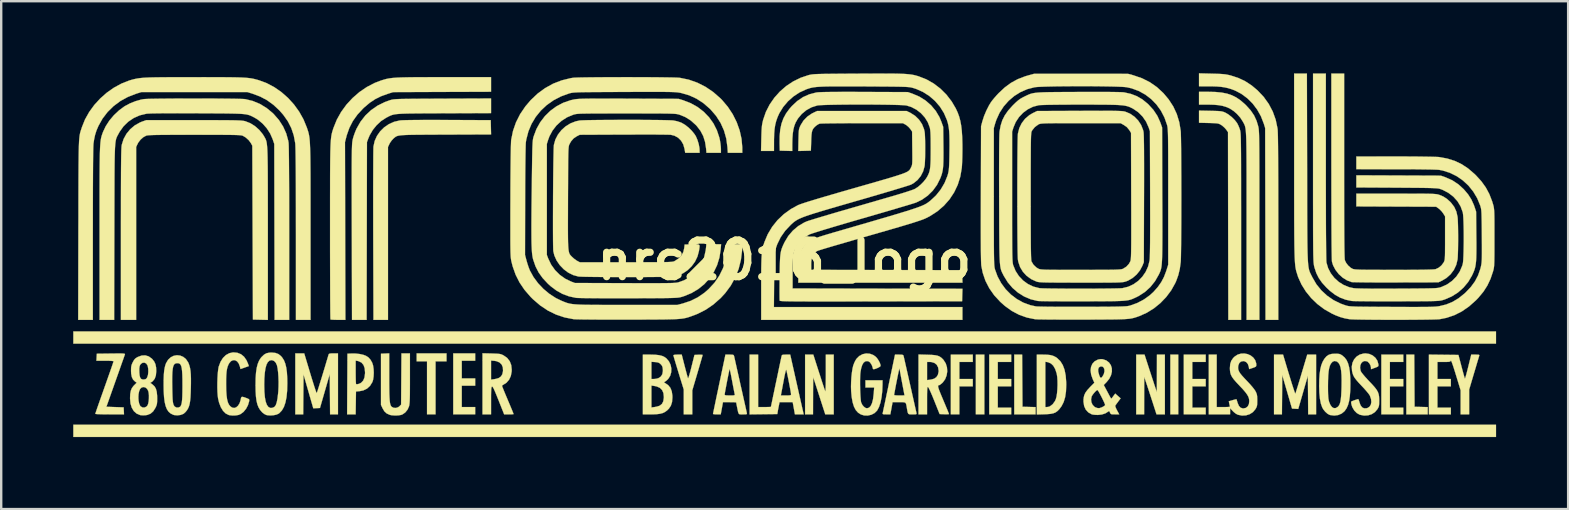
<source format=kicad_pcb>
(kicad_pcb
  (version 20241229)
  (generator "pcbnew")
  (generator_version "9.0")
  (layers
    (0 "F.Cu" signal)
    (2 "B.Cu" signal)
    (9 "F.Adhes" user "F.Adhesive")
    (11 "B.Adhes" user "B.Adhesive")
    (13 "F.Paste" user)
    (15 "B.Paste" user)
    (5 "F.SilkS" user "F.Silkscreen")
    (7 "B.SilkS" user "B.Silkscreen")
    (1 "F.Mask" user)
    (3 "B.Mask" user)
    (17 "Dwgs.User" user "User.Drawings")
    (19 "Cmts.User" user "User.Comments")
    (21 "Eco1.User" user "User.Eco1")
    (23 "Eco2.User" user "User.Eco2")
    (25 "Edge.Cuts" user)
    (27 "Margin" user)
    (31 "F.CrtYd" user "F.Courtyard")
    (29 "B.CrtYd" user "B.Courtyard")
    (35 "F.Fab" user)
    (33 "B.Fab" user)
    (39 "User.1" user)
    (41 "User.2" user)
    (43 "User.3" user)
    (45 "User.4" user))
  (footprint "nrc2016_logo"
    (layer "F.Cu")
    (at 29.621 7.784)
    (property "Reference" "nrc2016_logo" (at 0 0 0) (layer "F.SilkS") (effects (font (size 1.524 1.524) (thickness 0.3))))
    (attr through_hole)
    (fp_poly (pts (xy 8.331 6.426) (xy 7.976 6.426) (xy 7.976 3.937) (xy 8.331 3.937) (xy 8.331 6.426)) (stroke (width 0.01) (type solid)) (fill yes) (layer "F.SilkS"))
    (fp_poly (pts (xy 16.408 6.426) (xy 16.078 6.426) (xy 16.078 3.937) (xy 16.408 3.937) (xy 16.408 6.426)) (stroke (width 0.01) (type solid)) (fill yes) (layer "F.SilkS"))
    (fp_poly (pts (xy 29.642 3.48) (xy -29.616 3.48) (xy -29.616 2.972) (xy 29.642 2.972) (xy 29.642 3.48)) (stroke (width 0.01) (type solid)) (fill yes) (layer "F.SilkS"))
    (fp_poly (pts (xy 29.642 7.366) (xy -29.616 7.366) (xy -29.616 6.858) (xy 29.642 6.858) (xy 29.642 7.366)) (stroke (width 0.01) (type solid)) (fill yes) (layer "F.SilkS"))
    (fp_poly (pts (xy 9.919 6.109) (xy 10.465 6.123) (xy 10.465 6.426) (xy 9.576 6.426) (xy 9.576 3.937) (xy 9.905 3.937) (xy 9.919 6.109)) (stroke (width 0.01) (type solid)) (fill yes) (layer "F.SilkS"))
    (fp_poly (pts (xy 26.251 6.109) (xy 26.797 6.123) (xy 26.797 6.426) (xy 25.908 6.426) (xy 25.908 3.937) (xy 26.238 3.937) (xy 26.251 6.109)) (stroke (width 0.01) (type solid)) (fill yes) (layer "F.SilkS"))
    (fp_poly (pts (xy -14.072 4.216) (xy -14.529 4.216) (xy -14.529 6.426) (xy -14.884 6.426) (xy -14.884 4.216) (xy -15.316 4.216) (xy -15.316 3.886) (xy -14.072 3.886) (xy -14.072 4.216)) (stroke (width 0.01) (type solid)) (fill yes) (layer "F.SilkS"))
    (fp_poly (pts (xy 7.849 4.242) (xy 7.29 4.242) (xy 7.29 4.953) (xy 7.849 4.953) (xy 7.849 5.258) (xy 7.29 5.258) (xy 7.29 6.426) (xy 6.934 6.426) (xy 6.934 3.937) (xy 7.849 3.937) (xy 7.849 4.242)) (stroke (width 0.01) (type solid)) (fill yes) (layer "F.SilkS"))
    (fp_poly (pts (xy -12.878 4.191) (xy -13.437 4.191) (xy -13.437 4.928) (xy -12.878 4.928) (xy -12.878 5.232) (xy -13.437 5.232) (xy -13.437 6.121) (xy -12.878 6.121) (xy -12.878 6.426) (xy -13.792 6.426) (xy -13.792 3.886) (xy -12.878 3.886) (xy -12.878 4.191)) (stroke (width 0.01) (type solid)) (fill yes) (layer "F.SilkS"))
    (fp_poly (pts (xy 9.449 4.242) (xy 8.89 4.242) (xy 8.89 4.953) (xy 9.449 4.953) (xy 9.449 5.258) (xy 8.89 5.258) (xy 8.89 6.147) (xy 9.449 6.147) (xy 9.449 6.426) (xy 8.534 6.426) (xy 8.534 3.937) (xy 9.449 3.937) (xy 9.449 4.242)) (stroke (width 0.01) (type solid)) (fill yes) (layer "F.SilkS"))
    (fp_poly (pts (xy 17.551 4.242) (xy 16.993 4.242) (xy 16.993 4.953) (xy 17.551 4.953) (xy 17.551 5.258) (xy 16.993 5.258) (xy 16.993 6.147) (xy 17.551 6.147) (xy 17.551 6.426) (xy 16.637 6.426) (xy 16.637 3.937) (xy 17.551 3.937) (xy 17.551 4.242)) (stroke (width 0.01) (type solid)) (fill yes) (layer "F.SilkS"))
    (fp_poly (pts (xy 25.781 4.242) (xy 25.222 4.242) (xy 25.222 4.953) (xy 25.781 4.953) (xy 25.781 5.258) (xy 25.222 5.258) (xy 25.222 6.147) (xy 25.781 6.147) (xy 25.781 6.426) (xy 24.867 6.426) (xy 24.867 3.937) (xy 25.781 3.937) (xy 25.781 4.242)) (stroke (width 0.01) (type solid)) (fill yes) (layer "F.SilkS"))
    (fp_poly (pts (xy 15.141 4.362) (xy 15.197 4.537) (xy 15.26 4.729) (xy 15.322 4.919) (xy 15.378 5.087) (xy 15.396 5.144) (xy 15.515 5.499) (xy 15.519 3.937) (xy 15.85 3.937) (xy 15.85 6.426) (xy 15.502 6.426) (xy 15.377 6.039) (xy 15.321 5.865) (xy 15.256 5.665) (xy 15.19 5.464) (xy 15.13 5.282) (xy 15.122 5.258) (xy 14.991 4.864) (xy 14.988 5.645) (xy 14.986 6.426) (xy 14.656 6.426) (xy 14.656 3.937) (xy 15.003 3.937) (xy 15.141 4.362)) (stroke (width 0.01) (type solid)) (fill yes) (layer "F.SilkS"))
    (fp_poly (pts (xy -19.747 4.724) (xy -19.688 4.919) (xy -19.632 5.097) (xy -19.583 5.253) (xy -19.541 5.381) (xy -19.508 5.475) (xy -19.486 5.53) (xy -19.478 5.543) (xy -19.468 5.516) (xy -19.445 5.446) (xy -19.411 5.341) (xy -19.369 5.206) (xy -19.32 5.047) (xy -19.265 4.871) (xy -19.208 4.683) (xy -19.15 4.492) (xy -19.093 4.301) (xy -19.039 4.119) (xy -18.989 3.951) (xy -18.983 3.931) (xy -18.969 3.907) (xy -18.934 3.894) (xy -18.869 3.887) (xy -18.782 3.886) (xy -18.593 3.886) (xy -18.593 6.426) (xy -18.922 6.426) (xy -18.936 4.75) (xy -19.343 6.16) (xy -19.622 6.174) (xy -19.825 5.468) (xy -20.028 4.763) (xy -20.035 5.594) (xy -20.041 6.426) (xy -20.371 6.426) (xy -20.371 3.886) (xy -19.999 3.886) (xy -19.747 4.724)) (stroke (width 0.01) (type solid)) (fill yes) (layer "F.SilkS"))
    (fp_poly (pts (xy 20.809 4.058) (xy 20.908 4.389) (xy 20.996 4.682) (xy 21.074 4.936) (xy 21.14 5.149) (xy 21.195 5.319) (xy 21.237 5.446) (xy 21.266 5.528) (xy 21.282 5.562) (xy 21.285 5.563) (xy 21.296 5.534) (xy 21.319 5.461) (xy 21.353 5.352) (xy 21.397 5.212) (xy 21.447 5.047) (xy 21.503 4.863) (xy 21.54 4.738) (xy 21.78 3.937) (xy 21.965 3.937) (xy 22.149 3.937) (xy 22.149 6.426) (xy 21.819 6.426) (xy 21.813 5.621) (xy 21.806 4.816) (xy 21.696 5.196) (xy 21.648 5.361) (xy 21.596 5.543) (xy 21.545 5.719) (xy 21.501 5.869) (xy 21.496 5.888) (xy 21.405 6.2) (xy 21.275 6.192) (xy 21.146 6.185) (xy 20.739 4.788) (xy 20.726 6.426) (xy 20.396 6.426) (xy 20.396 3.937) (xy 20.773 3.937) (xy 20.809 4.058)) (stroke (width 0.01) (type solid)) (fill yes) (layer "F.SilkS"))
    (fp_poly (pts (xy 2.057 6.426) (xy 1.704 6.426) (xy 1.46 5.671) (xy 1.399 5.483) (xy 1.344 5.312) (xy 1.295 5.161) (xy 1.255 5.038) (xy 1.226 4.948) (xy 1.21 4.898) (xy 1.207 4.889) (xy 1.205 4.907) (xy 1.202 4.97) (xy 1.2 5.072) (xy 1.199 5.207) (xy 1.197 5.37) (xy 1.196 5.554) (xy 1.196 5.645) (xy 1.194 6.426) (xy 0.864 6.426) (xy 0.864 3.937) (xy 1.035 3.937) (xy 1.206 3.937) (xy 1.446 4.687) (xy 1.507 4.873) (xy 1.562 5.045) (xy 1.612 5.196) (xy 1.653 5.319) (xy 1.684 5.409) (xy 1.703 5.46) (xy 1.706 5.468) (xy 1.711 5.451) (xy 1.716 5.39) (xy 1.72 5.289) (xy 1.723 5.155) (xy 1.725 4.994) (xy 1.727 4.81) (xy 1.727 4.718) (xy 1.727 3.937) (xy 2.057 3.937) (xy 2.057 6.426)) (stroke (width 0.01) (type solid)) (fill yes) (layer "F.SilkS"))
    (fp_poly (pts (xy -4.153 4.413) (xy -4.114 4.563) (xy -4.078 4.697) (xy -4.048 4.808) (xy -4.026 4.886) (xy -4.013 4.923) (xy -4.013 4.924) (xy -4.002 4.911) (xy -3.981 4.856) (xy -3.953 4.764) (xy -3.918 4.642) (xy -3.881 4.498) (xy -3.87 4.454) (xy -3.744 3.95) (xy -3.574 3.942) (xy -3.488 3.941) (xy -3.427 3.944) (xy -3.404 3.951) (xy -3.404 3.951) (xy -3.411 3.979) (xy -3.43 4.049) (xy -3.461 4.156) (xy -3.501 4.293) (xy -3.548 4.454) (xy -3.6 4.633) (xy -3.619 4.698) (xy -3.835 5.427) (xy -3.835 6.426) (xy -4.191 6.426) (xy -4.191 5.39) (xy -4.407 4.69) (xy -4.462 4.51) (xy -4.512 4.345) (xy -4.555 4.202) (xy -4.589 4.087) (xy -4.612 4.006) (xy -4.622 3.966) (xy -4.623 3.964) (xy -4.599 3.949) (xy -4.533 3.94) (xy -4.449 3.937) (xy -4.275 3.937) (xy -4.153 4.413)) (stroke (width 0.01) (type solid)) (fill yes) (layer "F.SilkS"))
    (fp_poly (pts (xy -16.459 4.849) (xy -16.459 5.129) (xy -16.457 5.363) (xy -16.454 5.554) (xy -16.448 5.709) (xy -16.44 5.832) (xy -16.43 5.926) (xy -16.416 5.997) (xy -16.399 6.049) (xy -16.377 6.086) (xy -16.354 6.112) (xy -16.274 6.153) (xy -16.178 6.158) (xy -16.084 6.127) (xy -16.034 6.089) (xy -15.964 6.019) (xy -15.949 3.886) (xy -15.596 3.886) (xy -15.596 4.923) (xy -15.596 5.189) (xy -15.597 5.408) (xy -15.598 5.588) (xy -15.601 5.731) (xy -15.605 5.844) (xy -15.61 5.932) (xy -15.617 6) (xy -15.625 6.052) (xy -15.635 6.094) (xy -15.636 6.097) (xy -15.697 6.232) (xy -15.789 6.345) (xy -15.901 6.424) (xy -15.964 6.449) (xy -16.085 6.469) (xy -16.227 6.473) (xy -16.363 6.462) (xy -16.433 6.447) (xy -16.561 6.39) (xy -16.661 6.299) (xy -16.735 6.174) (xy -16.802 6.032) (xy -16.802 3.899) (xy -16.459 3.884) (xy -16.459 4.849)) (stroke (width 0.01) (type solid)) (fill yes) (layer "F.SilkS"))
    (fp_poly (pts (xy -17.854 3.893) (xy -17.687 3.912) (xy -17.538 3.945) (xy -17.427 3.987) (xy -17.32 4.057) (xy -17.236 4.152) (xy -17.165 4.28) (xy -17.13 4.393) (xy -17.109 4.537) (xy -17.102 4.695) (xy -17.11 4.852) (xy -17.131 4.991) (xy -17.16 5.08) (xy -17.257 5.237) (xy -17.384 5.354) (xy -17.54 5.429) (xy -17.691 5.459) (xy -17.843 5.474) (xy -17.85 5.95) (xy -17.857 6.426) (xy -18.212 6.426) (xy -18.206 5.163) (xy -18.203 4.666) (xy -17.856 4.666) (xy -17.855 4.818) (xy -17.853 4.951) (xy -17.85 5.059) (xy -17.845 5.133) (xy -17.84 5.164) (xy -17.84 5.164) (xy -17.8 5.172) (xy -17.736 5.159) (xy -17.663 5.129) (xy -17.628 5.108) (xy -17.544 5.02) (xy -17.49 4.893) (xy -17.467 4.726) (xy -17.466 4.672) (xy -17.482 4.5) (xy -17.532 4.365) (xy -17.615 4.269) (xy -17.732 4.211) (xy -17.774 4.201) (xy -17.856 4.185) (xy -17.856 4.666) (xy -18.203 4.666) (xy -18.199 3.899) (xy -18.021 3.891) (xy -17.854 3.893)) (stroke (width 0.01) (type solid)) (fill yes) (layer "F.SilkS"))
    (fp_poly (pts (xy 10.945 3.941) (xy 11.08 3.956) (xy 11.19 3.985) (xy 11.285 4.03) (xy 11.367 4.085) (xy 11.496 4.21) (xy 11.597 4.371) (xy 11.671 4.569) (xy 11.718 4.806) (xy 11.74 5.085) (xy 11.742 5.194) (xy 11.731 5.471) (xy 11.696 5.708) (xy 11.635 5.911) (xy 11.546 6.085) (xy 11.452 6.211) (xy 11.376 6.287) (xy 11.299 6.343) (xy 11.209 6.38) (xy 11.095 6.404) (xy 10.948 6.417) (xy 10.839 6.422) (xy 10.516 6.431) (xy 10.516 6.121) (xy 10.871 6.121) (xy 10.936 6.121) (xy 11.011 6.11) (xy 11.057 6.093) (xy 11.176 6.004) (xy 11.27 5.874) (xy 11.307 5.793) (xy 11.336 5.688) (xy 11.358 5.546) (xy 11.372 5.38) (xy 11.379 5.203) (xy 11.377 5.029) (xy 11.367 4.871) (xy 11.347 4.743) (xy 11.343 4.723) (xy 11.281 4.538) (xy 11.202 4.399) (xy 11.103 4.306) (xy 10.985 4.255) (xy 10.958 4.249) (xy 10.871 4.235) (xy 10.871 6.121) (xy 10.516 6.121) (xy 10.516 3.937) (xy 10.771 3.937) (xy 10.945 3.941)) (stroke (width 0.01) (type solid)) (fill yes) (layer "F.SilkS"))
    (fp_poly (pts (xy -27.61 3.89) (xy -27.539 3.893) (xy -27.495 3.898) (xy -27.473 3.907) (xy -27.466 3.918) (xy -27.468 3.93) (xy -27.48 3.963) (xy -27.506 4.038) (xy -27.546 4.152) (xy -27.598 4.297) (xy -27.659 4.471) (xy -27.728 4.667) (xy -27.804 4.88) (xy -27.861 5.042) (xy -28.239 6.109) (xy -27.521 6.134) (xy -27.513 6.28) (xy -27.506 6.426) (xy -28.104 6.426) (xy -28.272 6.425) (xy -28.422 6.423) (xy -28.547 6.419) (xy -28.639 6.414) (xy -28.692 6.408) (xy -28.702 6.404) (xy -28.694 6.376) (xy -28.67 6.305) (xy -28.633 6.196) (xy -28.584 6.054) (xy -28.524 5.884) (xy -28.456 5.691) (xy -28.381 5.48) (xy -28.321 5.31) (xy -28.242 5.088) (xy -28.169 4.88) (xy -28.103 4.692) (xy -28.045 4.528) (xy -27.999 4.394) (xy -27.965 4.293) (xy -27.945 4.232) (xy -27.94 4.215) (xy -27.964 4.206) (xy -28.032 4.198) (xy -28.136 4.193) (xy -28.269 4.191) (xy -28.297 4.191) (xy -28.654 4.191) (xy -28.639 3.899) (xy -28.046 3.892) (xy -27.858 3.89) (xy -27.714 3.889) (xy -27.61 3.89)) (stroke (width 0.01) (type solid)) (fill yes) (layer "F.SilkS"))
    (fp_poly (pts (xy 17.812 -7.766) (xy 18.002 -7.761) (xy 18.151 -7.755) (xy 18.269 -7.747) (xy 18.367 -7.737) (xy 18.454 -7.722) (xy 18.54 -7.703) (xy 18.593 -7.69) (xy 18.91 -7.586) (xy 19.199 -7.449) (xy 19.47 -7.271) (xy 19.707 -7.072) (xy 19.963 -6.802) (xy 20.175 -6.507) (xy 20.343 -6.189) (xy 20.465 -5.851) (xy 20.54 -5.495) (xy 20.546 -5.448) (xy 20.55 -5.391) (xy 20.554 -5.291) (xy 20.558 -5.15) (xy 20.561 -4.965) (xy 20.564 -4.736) (xy 20.566 -4.462) (xy 20.568 -4.142) (xy 20.57 -3.776) (xy 20.572 -3.363) (xy 20.573 -2.902) (xy 20.573 -2.393) (xy 20.574 -1.834) (xy 20.574 -1.365) (xy 20.574 2.489) (xy 20.042 2.489) (xy 20.035 -1.505) (xy 20.027 -5.499) (xy 19.97 -5.685) (xy 19.852 -5.989) (xy 19.695 -6.27) (xy 19.504 -6.523) (xy 19.282 -6.743) (xy 19.034 -6.926) (xy 18.764 -7.067) (xy 18.621 -7.121) (xy 18.478 -7.164) (xy 18.338 -7.195) (xy 18.189 -7.217) (xy 18.02 -7.231) (xy 17.82 -7.237) (xy 17.672 -7.238) (xy 17.272 -7.239) (xy 17.272 -7.779) (xy 17.812 -7.766)) (stroke (width 0.01) (type solid)) (fill yes) (layer "F.SilkS"))
    (fp_poly (pts (xy 17.748 -6.218) (xy 17.917 -6.214) (xy 18.044 -6.21) (xy 18.138 -6.204) (xy 18.209 -6.195) (xy 18.265 -6.182) (xy 18.315 -6.165) (xy 18.369 -6.141) (xy 18.371 -6.141) (xy 18.499 -6.065) (xy 18.633 -5.96) (xy 18.756 -5.839) (xy 18.85 -5.719) (xy 18.865 -5.695) (xy 18.909 -5.608) (xy 18.953 -5.501) (xy 18.977 -5.432) (xy 18.983 -5.41) (xy 18.989 -5.386) (xy 18.994 -5.356) (xy 18.999 -5.319) (xy 19.003 -5.272) (xy 19.007 -5.212) (xy 19.01 -5.137) (xy 19.013 -5.045) (xy 19.015 -4.933) (xy 19.017 -4.799) (xy 19.019 -4.64) (xy 19.021 -4.454) (xy 19.022 -4.238) (xy 19.023 -3.99) (xy 19.023 -3.707) (xy 19.024 -3.387) (xy 19.024 -3.028) (xy 19.024 -2.626) (xy 19.025 -2.18) (xy 19.025 -1.687) (xy 19.025 -1.395) (xy 19.025 2.489) (xy 18.492 2.489) (xy 18.485 -1.42) (xy 18.479 -5.33) (xy 18.402 -5.439) (xy 18.332 -5.518) (xy 18.244 -5.595) (xy 18.202 -5.625) (xy 18.154 -5.653) (xy 18.111 -5.674) (xy 18.063 -5.688) (xy 18 -5.697) (xy 17.914 -5.703) (xy 17.793 -5.708) (xy 17.675 -5.711) (xy 17.272 -5.721) (xy 17.272 -6.228) (xy 17.748 -6.218)) (stroke (width 0.01) (type solid)) (fill yes) (layer "F.SilkS"))
    (fp_poly (pts (xy 27.463 3.943) (xy 28.078 3.95) (xy 28.206 4.437) (xy 28.246 4.587) (xy 28.282 4.719) (xy 28.312 4.827) (xy 28.335 4.902) (xy 28.347 4.936) (xy 28.348 4.937) (xy 28.357 4.918) (xy 28.377 4.857) (xy 28.405 4.76) (xy 28.438 4.634) (xy 28.475 4.488) (xy 28.486 4.444) (xy 28.611 3.937) (xy 28.785 3.937) (xy 28.877 3.938) (xy 28.927 3.943) (xy 28.947 3.956) (xy 28.945 3.98) (xy 28.941 3.994) (xy 28.929 4.033) (xy 28.905 4.114) (xy 28.87 4.229) (xy 28.828 4.372) (xy 28.779 4.537) (xy 28.726 4.715) (xy 28.723 4.723) (xy 28.524 5.395) (xy 28.524 6.426) (xy 28.169 6.426) (xy 28.169 5.423) (xy 27.973 4.781) (xy 27.909 4.575) (xy 27.858 4.416) (xy 27.818 4.301) (xy 27.789 4.226) (xy 27.769 4.19) (xy 27.758 4.189) (xy 27.758 4.19) (xy 27.745 4.213) (xy 27.721 4.228) (xy 27.677 4.237) (xy 27.603 4.241) (xy 27.488 4.242) (xy 27.471 4.242) (xy 27.203 4.242) (xy 27.203 4.953) (xy 27.762 4.953) (xy 27.762 5.258) (xy 27.203 5.258) (xy 27.203 6.147) (xy 27.762 6.147) (xy 27.762 6.426) (xy 26.848 6.426) (xy 26.848 3.936) (xy 27.463 3.943)) (stroke (width 0.01) (type solid)) (fill yes) (layer "F.SilkS"))
    (fp_poly (pts (xy -14.167 -5.837) (xy -14.021 -5.837) (xy -12.23 -5.829) (xy -12.216 -5.234) (xy -14.115 -5.227) (xy -14.479 -5.226) (xy -14.796 -5.224) (xy -15.069 -5.223) (xy -15.302 -5.221) (xy -15.499 -5.219) (xy -15.663 -5.215) (xy -15.797 -5.21) (xy -15.906 -5.204) (xy -15.993 -5.195) (xy -16.062 -5.185) (xy -16.115 -5.172) (xy -16.157 -5.156) (xy -16.192 -5.137) (xy -16.222 -5.114) (xy -16.252 -5.089) (xy -16.286 -5.059) (xy -16.294 -5.052) (xy -16.363 -4.975) (xy -16.428 -4.881) (xy -16.45 -4.839) (xy -16.51 -4.712) (xy -16.51 2.489) (xy -17.115 2.489) (xy -17.125 -1.035) (xy -17.126 -1.457) (xy -17.126 -1.868) (xy -17.127 -2.263) (xy -17.127 -2.641) (xy -17.127 -2.997) (xy -17.126 -3.329) (xy -17.125 -3.633) (xy -17.124 -3.908) (xy -17.123 -4.148) (xy -17.122 -4.352) (xy -17.12 -4.517) (xy -17.118 -4.639) (xy -17.116 -4.714) (xy -17.114 -4.737) (xy -17.064 -4.963) (xy -16.969 -5.174) (xy -16.835 -5.365) (xy -16.668 -5.53) (xy -16.473 -5.664) (xy -16.255 -5.761) (xy -16.02 -5.816) (xy -16.015 -5.817) (xy -15.943 -5.823) (xy -15.822 -5.828) (xy -15.655 -5.832) (xy -15.441 -5.835) (xy -15.184 -5.837) (xy -14.885 -5.838) (xy -14.545 -5.838) (xy -14.167 -5.837)) (stroke (width 0.01) (type solid)) (fill yes) (layer "F.SilkS"))
    (fp_poly (pts (xy -12.198 3.89) (xy -12.051 3.895) (xy -11.945 3.9) (xy -11.867 3.908) (xy -11.809 3.92) (xy -11.758 3.939) (xy -11.705 3.965) (xy -11.686 3.976) (xy -11.541 4.08) (xy -11.438 4.213) (xy -11.376 4.374) (xy -11.356 4.564) (xy -11.359 4.642) (xy -11.393 4.826) (xy -11.466 4.982) (xy -11.573 5.106) (xy -11.702 5.189) (xy -11.746 5.217) (xy -11.76 5.238) (xy -11.751 5.266) (xy -11.724 5.335) (xy -11.683 5.437) (xy -11.63 5.566) (xy -11.567 5.715) (xy -11.519 5.83) (xy -11.452 5.988) (xy -11.392 6.131) (xy -11.342 6.251) (xy -11.305 6.343) (xy -11.283 6.398) (xy -11.278 6.413) (xy -11.301 6.419) (xy -11.363 6.424) (xy -11.451 6.426) (xy -11.474 6.426) (xy -11.671 6.426) (xy -11.901 5.848) (xy -11.986 5.637) (xy -12.054 5.473) (xy -12.107 5.356) (xy -12.147 5.286) (xy -12.176 5.264) (xy -12.196 5.289) (xy -12.208 5.36) (xy -12.214 5.479) (xy -12.217 5.645) (xy -12.217 5.84) (xy -12.217 6.426) (xy -12.573 6.426) (xy -12.573 4.977) (xy -12.217 4.977) (xy -12.097 4.962) (xy -12.004 4.944) (xy -11.917 4.919) (xy -11.895 4.91) (xy -11.805 4.847) (xy -11.748 4.753) (xy -11.719 4.622) (xy -11.718 4.614) (xy -11.726 4.469) (xy -11.775 4.351) (xy -11.863 4.264) (xy -11.988 4.211) (xy -12.077 4.196) (xy -12.217 4.185) (xy -12.217 4.977) (xy -12.573 4.977) (xy -12.573 3.881) (xy -12.198 3.89)) (stroke (width 0.01) (type solid)) (fill yes) (layer "F.SilkS"))
    (fp_poly (pts (xy 5.963 3.942) (xy 6.141 3.948) (xy 6.279 3.961) (xy 6.385 3.983) (xy 6.469 4.018) (xy 6.541 4.068) (xy 6.611 4.136) (xy 6.635 4.165) (xy 6.723 4.304) (xy 6.773 4.465) (xy 6.785 4.635) (xy 6.759 4.804) (xy 6.698 4.961) (xy 6.601 5.095) (xy 6.569 5.125) (xy 6.511 5.173) (xy 6.469 5.202) (xy 6.457 5.207) (xy 6.427 5.211) (xy 6.409 5.225) (xy 6.403 5.254) (xy 6.411 5.302) (xy 6.433 5.376) (xy 6.473 5.481) (xy 6.53 5.621) (xy 6.606 5.801) (xy 6.615 5.823) (xy 6.682 5.982) (xy 6.742 6.126) (xy 6.793 6.247) (xy 6.83 6.339) (xy 6.853 6.397) (xy 6.858 6.412) (xy 6.835 6.419) (xy 6.773 6.422) (xy 6.685 6.422) (xy 6.662 6.421) (xy 6.467 6.413) (xy 6.241 5.848) (xy 6.162 5.655) (xy 6.095 5.5) (xy 6.042 5.384) (xy 6.003 5.311) (xy 5.98 5.283) (xy 5.979 5.283) (xy 5.967 5.291) (xy 5.958 5.318) (xy 5.952 5.37) (xy 5.948 5.452) (xy 5.945 5.57) (xy 5.944 5.73) (xy 5.944 5.855) (xy 5.944 6.426) (xy 5.588 6.426) (xy 5.588 4.242) (xy 5.944 4.242) (xy 5.944 4.999) (xy 6.052 4.985) (xy 6.143 4.968) (xy 6.229 4.943) (xy 6.241 4.939) (xy 6.333 4.875) (xy 6.396 4.776) (xy 6.425 4.648) (xy 6.426 4.61) (xy 6.405 4.469) (xy 6.346 4.359) (xy 6.25 4.283) (xy 6.122 4.246) (xy 6.059 4.242) (xy 5.944 4.242) (xy 5.588 4.242) (xy 5.588 3.932) (xy 5.963 3.942)) (stroke (width 0.01) (type solid)) (fill yes) (layer "F.SilkS"))
    (fp_poly (pts (xy -22.795 3.858) (xy -22.783 3.861) (xy -22.632 3.921) (xy -22.506 4.024) (xy -22.404 4.17) (xy -22.339 4.318) (xy -22.305 4.414) (xy -22.653 4.538) (xy -22.68 4.43) (xy -22.729 4.304) (xy -22.797 4.217) (xy -22.878 4.172) (xy -22.965 4.169) (xy -23.05 4.21) (xy -23.125 4.297) (xy -23.147 4.336) (xy -23.184 4.421) (xy -23.212 4.518) (xy -23.232 4.633) (xy -23.244 4.776) (xy -23.251 4.954) (xy -23.252 5.169) (xy -23.248 5.421) (xy -23.235 5.627) (xy -23.213 5.792) (xy -23.18 5.922) (xy -23.135 6.02) (xy -23.077 6.091) (xy -23.005 6.141) (xy -23 6.143) (xy -22.915 6.16) (xy -22.832 6.132) (xy -22.756 6.065) (xy -22.693 5.965) (xy -22.65 5.837) (xy -22.642 5.794) (xy -22.629 5.733) (xy -22.607 5.701) (xy -22.567 5.695) (xy -22.497 5.713) (xy -22.417 5.742) (xy -22.34 5.773) (xy -22.299 5.797) (xy -22.287 5.826) (xy -22.292 5.871) (xy -22.292 5.875) (xy -22.342 6.043) (xy -22.422 6.194) (xy -22.525 6.32) (xy -22.645 6.411) (xy -22.729 6.448) (xy -22.845 6.469) (xy -22.978 6.474) (xy -23.102 6.462) (xy -23.147 6.451) (xy -23.272 6.388) (xy -23.381 6.279) (xy -23.473 6.128) (xy -23.546 5.938) (xy -23.587 5.766) (xy -23.603 5.642) (xy -23.614 5.484) (xy -23.619 5.303) (xy -23.618 5.111) (xy -23.612 4.919) (xy -23.602 4.74) (xy -23.586 4.584) (xy -23.567 4.463) (xy -23.559 4.432) (xy -23.485 4.236) (xy -23.385 4.077) (xy -23.262 3.956) (xy -23.12 3.878) (xy -22.964 3.844) (xy -22.795 3.858)) (stroke (width 0.01) (type solid)) (fill yes) (layer "F.SilkS"))
    (fp_poly (pts (xy -5.378 3.942) (xy -5.218 3.96) (xy -5.091 3.991) (xy -4.988 4.039) (xy -4.913 4.094) (xy -4.808 4.217) (xy -4.739 4.36) (xy -4.707 4.515) (xy -4.713 4.672) (xy -4.755 4.819) (xy -4.836 4.947) (xy -4.877 4.988) (xy -4.939 5.04) (xy -4.99 5.074) (xy -5.01 5.081) (xy -5.012 5.091) (xy -4.977 5.116) (xy -4.966 5.122) (xy -4.838 5.21) (xy -4.746 5.323) (xy -4.69 5.466) (xy -4.664 5.643) (xy -4.663 5.729) (xy -4.678 5.911) (xy -4.725 6.06) (xy -4.806 6.184) (xy -4.884 6.262) (xy -4.971 6.325) (xy -5.066 6.371) (xy -5.181 6.401) (xy -5.323 6.419) (xy -5.504 6.426) (xy -5.567 6.426) (xy -5.893 6.426) (xy -5.893 6.138) (xy -5.537 6.138) (xy -5.402 6.12) (xy -5.306 6.101) (xy -5.219 6.074) (xy -5.186 6.06) (xy -5.098 5.989) (xy -5.043 5.881) (xy -5.021 5.735) (xy -5.02 5.7) (xy -5.037 5.54) (xy -5.091 5.415) (xy -5.182 5.323) (xy -5.312 5.264) (xy -5.418 5.242) (xy -5.537 5.225) (xy -5.537 6.138) (xy -5.893 6.138) (xy -5.893 4.953) (xy -5.537 4.953) (xy -5.435 4.953) (xy -5.342 4.943) (xy -5.252 4.919) (xy -5.245 4.916) (xy -5.144 4.85) (xy -5.083 4.751) (xy -5.06 4.619) (xy -5.061 4.564) (xy -5.072 4.471) (xy -5.094 4.408) (xy -5.135 4.353) (xy -5.15 4.338) (xy -5.205 4.29) (xy -5.263 4.264) (xy -5.345 4.25) (xy -5.384 4.247) (xy -5.537 4.236) (xy -5.537 4.953) (xy -5.893 4.953) (xy -5.893 3.937) (xy -5.58 3.937) (xy -5.378 3.942)) (stroke (width 0.01) (type solid)) (fill yes) (layer "F.SilkS"))
    (fp_poly (pts (xy 17.659 -7.01) (xy 17.958 -7.003) (xy 18.216 -6.978) (xy 18.441 -6.934) (xy 18.642 -6.866) (xy 18.827 -6.773) (xy 19.004 -6.651) (xy 19.181 -6.498) (xy 19.241 -6.439) (xy 19.425 -6.234) (xy 19.566 -6.026) (xy 19.669 -5.803) (xy 19.735 -5.585) (xy 19.742 -5.556) (xy 19.748 -5.526) (xy 19.754 -5.492) (xy 19.759 -5.453) (xy 19.763 -5.405) (xy 19.767 -5.347) (xy 19.771 -5.275) (xy 19.774 -5.188) (xy 19.776 -5.082) (xy 19.778 -4.956) (xy 19.78 -4.806) (xy 19.782 -4.63) (xy 19.783 -4.427) (xy 19.784 -4.192) (xy 19.785 -3.925) (xy 19.785 -3.621) (xy 19.786 -3.28) (xy 19.786 -2.898) (xy 19.786 -2.473) (xy 19.786 -2.002) (xy 19.786 -1.483) (xy 19.786 -1.441) (xy 19.787 2.489) (xy 19.253 2.489) (xy 19.253 -1.43) (xy 19.253 -1.96) (xy 19.253 -2.442) (xy 19.253 -2.878) (xy 19.253 -3.27) (xy 19.253 -3.621) (xy 19.252 -3.934) (xy 19.251 -4.211) (xy 19.249 -4.454) (xy 19.247 -4.667) (xy 19.244 -4.851) (xy 19.241 -5.008) (xy 19.236 -5.142) (xy 19.23 -5.255) (xy 19.224 -5.349) (xy 19.216 -5.427) (xy 19.207 -5.491) (xy 19.196 -5.544) (xy 19.185 -5.588) (xy 19.171 -5.626) (xy 19.156 -5.659) (xy 19.14 -5.692) (xy 19.121 -5.725) (xy 19.101 -5.762) (xy 19.092 -5.778) (xy 18.992 -5.932) (xy 18.859 -6.082) (xy 18.708 -6.214) (xy 18.555 -6.313) (xy 18.54 -6.321) (xy 18.399 -6.381) (xy 18.251 -6.425) (xy 18.086 -6.454) (xy 17.892 -6.471) (xy 17.659 -6.477) (xy 17.647 -6.477) (xy 17.272 -6.477) (xy 17.272 -7.01) (xy 17.659 -7.01)) (stroke (width 0.01) (type solid)) (fill yes) (layer "F.SilkS"))
    (fp_poly (pts (xy -21.202 3.866) (xy -21.074 3.913) (xy -20.966 3.999) (xy -20.915 4.059) (xy -20.843 4.173) (xy -20.788 4.311) (xy -20.747 4.478) (xy -20.72 4.679) (xy -20.706 4.92) (xy -20.703 5.131) (xy -20.711 5.443) (xy -20.737 5.71) (xy -20.782 5.933) (xy -20.845 6.116) (xy -20.928 6.261) (xy -21.031 6.37) (xy -21.069 6.398) (xy -21.158 6.437) (xy -21.277 6.462) (xy -21.408 6.471) (xy -21.53 6.462) (xy -21.583 6.45) (xy -21.652 6.416) (xy -21.728 6.361) (xy -21.755 6.336) (xy -21.836 6.242) (xy -21.901 6.136) (xy -21.95 6.012) (xy -21.986 5.863) (xy -22.01 5.683) (xy -22.023 5.465) (xy -22.027 5.207) (xy -21.665 5.207) (xy -21.658 5.484) (xy -21.638 5.713) (xy -21.604 5.895) (xy -21.555 6.029) (xy -21.493 6.116) (xy -21.415 6.157) (xy -21.336 6.156) (xy -21.267 6.129) (xy -21.228 6.103) (xy -21.182 6.036) (xy -21.144 5.923) (xy -21.112 5.763) (xy -21.087 5.554) (xy -21.078 5.456) (xy -21.069 5.266) (xy -21.067 5.064) (xy -21.074 4.864) (xy -21.087 4.676) (xy -21.107 4.514) (xy -21.133 4.389) (xy -21.134 4.385) (xy -21.183 4.276) (xy -21.255 4.201) (xy -21.342 4.167) (xy -21.361 4.166) (xy -21.445 4.186) (xy -21.514 4.248) (xy -21.57 4.353) (xy -21.612 4.502) (xy -21.642 4.697) (xy -21.66 4.939) (xy -21.665 5.207) (xy -22.027 5.207) (xy -22.023 4.926) (xy -22.007 4.689) (xy -21.979 4.491) (xy -21.937 4.327) (xy -21.881 4.191) (xy -21.81 4.077) (xy -21.773 4.034) (xy -21.672 3.938) (xy -21.572 3.881) (xy -21.453 3.855) (xy -21.361 3.851) (xy -21.202 3.866)) (stroke (width 0.01) (type solid)) (fill yes) (layer "F.SilkS"))
    (fp_poly (pts (xy -12.217 -6.123) (xy -14.18 -6.115) (xy -14.55 -6.114) (xy -14.874 -6.113) (xy -15.154 -6.111) (xy -15.395 -6.109) (xy -15.6 -6.107) (xy -15.773 -6.103) (xy -15.917 -6.098) (xy -16.037 -6.091) (xy -16.136 -6.083) (xy -16.218 -6.072) (xy -16.287 -6.059) (xy -16.345 -6.042) (xy -16.398 -6.023) (xy -16.449 -6) (xy -16.501 -5.974) (xy -16.559 -5.943) (xy -16.598 -5.922) (xy -16.797 -5.793) (xy -16.981 -5.622) (xy -17.143 -5.422) (xy -17.272 -5.201) (xy -17.327 -5.073) (xy -17.386 -4.915) (xy -17.4 2.489) (xy -18.009 2.489) (xy -18.015 0.044) (xy -18.016 -0.539) (xy -18.018 -1.074) (xy -18.019 -1.563) (xy -18.02 -2.007) (xy -18.021 -2.41) (xy -18.021 -2.772) (xy -18.022 -3.098) (xy -18.022 -3.388) (xy -18.021 -3.645) (xy -18.021 -3.871) (xy -18.02 -4.069) (xy -18.019 -4.241) (xy -18.017 -4.388) (xy -18.015 -4.513) (xy -18.013 -4.619) (xy -18.01 -4.707) (xy -18.007 -4.78) (xy -18.004 -4.841) (xy -18 -4.89) (xy -17.995 -4.931) (xy -17.99 -4.965) (xy -17.985 -4.995) (xy -17.979 -5.024) (xy -17.975 -5.042) (xy -17.941 -5.161) (xy -17.892 -5.3) (xy -17.837 -5.435) (xy -17.82 -5.474) (xy -17.654 -5.765) (xy -17.451 -6.025) (xy -17.212 -6.249) (xy -16.939 -6.437) (xy -16.636 -6.586) (xy -16.429 -6.66) (xy -16.395 -6.67) (xy -16.361 -6.679) (xy -16.325 -6.687) (xy -16.282 -6.694) (xy -16.229 -6.699) (xy -16.162 -6.704) (xy -16.079 -6.708) (xy -15.974 -6.712) (xy -15.845 -6.714) (xy -15.689 -6.717) (xy -15.5 -6.718) (xy -15.277 -6.72) (xy -15.014 -6.721) (xy -14.71 -6.723) (xy -14.359 -6.724) (xy -14.23 -6.725) (xy -12.217 -6.733) (xy -12.217 -6.123)) (stroke (width 0.01) (type solid)) (fill yes) (layer "F.SilkS"))
    (fp_poly (pts (xy -1.092 6.121) (xy -0.826 6.121) (xy -0.716 6.12) (xy -0.628 6.118) (xy -0.573 6.114) (xy -0.559 6.111) (xy -0.554 6.085) (xy -0.54 6.015) (xy -0.517 5.908) (xy -0.489 5.771) (xy -0.461 5.639) (xy -0.146 5.639) (xy 0.066 5.639) (xy 0.172 5.637) (xy 0.237 5.632) (xy 0.269 5.62) (xy 0.279 5.601) (xy 0.279 5.598) (xy 0.275 5.555) (xy 0.262 5.475) (xy 0.243 5.365) (xy 0.219 5.237) (xy 0.192 5.098) (xy 0.165 4.958) (xy 0.138 4.826) (xy 0.114 4.713) (xy 0.095 4.625) (xy 0.081 4.574) (xy 0.078 4.565) (xy 0.067 4.582) (xy 0.05 4.64) (xy 0.028 4.732) (xy 0.003 4.849) (xy -0.008 4.908) (xy -0.036 5.057) (xy -0.064 5.206) (xy -0.089 5.34) (xy -0.109 5.442) (xy -0.111 5.455) (xy -0.146 5.639) (xy -0.461 5.639) (xy -0.455 5.608) (xy -0.417 5.428) (xy -0.377 5.235) (xy -0.335 5.037) (xy -0.293 4.839) (xy -0.253 4.647) (xy -0.216 4.469) (xy -0.182 4.31) (xy -0.154 4.176) (xy -0.132 4.074) (xy -0.118 4.011) (xy -0.114 3.994) (xy -0.103 3.964) (xy -0.078 3.947) (xy -0.027 3.939) (xy 0.061 3.937) (xy 0.072 3.937) (xy 0.244 3.937) (xy 0.377 4.528) (xy 0.423 4.732) (xy 0.476 4.969) (xy 0.533 5.221) (xy 0.589 5.471) (xy 0.641 5.702) (xy 0.657 5.772) (xy 0.805 6.426) (xy 0.44 6.426) (xy 0.394 6.172) (xy 0.347 5.918) (xy -0.2 5.918) (xy -0.227 6.052) (xy -0.248 6.156) (xy -0.268 6.262) (xy -0.274 6.299) (xy -0.293 6.413) (xy -0.871 6.42) (xy -1.448 6.427) (xy -1.448 3.937) (xy -1.092 3.937) (xy -1.092 6.121)) (stroke (width 0.01) (type solid)) (fill yes) (layer "F.SilkS"))
    (fp_poly (pts (xy 3.558 3.899) (xy 3.704 3.953) (xy 3.809 4.028) (xy 3.87 4.097) (xy 3.928 4.185) (xy 3.976 4.278) (xy 4.004 4.36) (xy 4.008 4.411) (xy 3.982 4.439) (xy 3.924 4.474) (xy 3.85 4.508) (xy 3.775 4.535) (xy 3.717 4.547) (xy 3.715 4.547) (xy 3.688 4.526) (xy 3.683 4.504) (xy 3.672 4.456) (xy 3.646 4.385) (xy 3.631 4.354) (xy 3.566 4.258) (xy 3.489 4.209) (xy 3.402 4.209) (xy 3.359 4.226) (xy 3.294 4.28) (xy 3.243 4.37) (xy 3.201 4.502) (xy 3.173 4.652) (xy 3.163 4.745) (xy 3.157 4.873) (xy 3.154 5.025) (xy 3.154 5.192) (xy 3.157 5.364) (xy 3.163 5.531) (xy 3.171 5.682) (xy 3.181 5.808) (xy 3.192 5.898) (xy 3.199 5.929) (xy 3.245 6.027) (xy 3.312 6.107) (xy 3.386 6.159) (xy 3.441 6.172) (xy 3.526 6.148) (xy 3.597 6.075) (xy 3.653 5.955) (xy 3.695 5.787) (xy 3.721 5.571) (xy 3.723 5.551) (xy 3.741 5.309) (xy 3.378 5.309) (xy 3.378 5.004) (xy 4.089 5.004) (xy 4.089 5.175) (xy 4.078 5.458) (xy 4.049 5.713) (xy 4.004 5.936) (xy 3.942 6.121) (xy 3.866 6.263) (xy 3.862 6.269) (xy 3.757 6.372) (xy 3.625 6.441) (xy 3.475 6.475) (xy 3.321 6.47) (xy 3.188 6.429) (xy 3.071 6.355) (xy 2.976 6.249) (xy 2.901 6.107) (xy 2.844 5.926) (xy 2.804 5.702) (xy 2.782 5.461) (xy 2.776 5.276) (xy 2.781 5.076) (xy 2.793 4.872) (xy 2.814 4.68) (xy 2.84 4.512) (xy 2.87 4.388) (xy 2.911 4.28) (xy 2.963 4.175) (xy 3.005 4.11) (xy 3.12 3.995) (xy 3.257 3.921) (xy 3.406 3.888) (xy 3.558 3.899)) (stroke (width 0.01) (type solid)) (fill yes) (layer "F.SilkS"))
    (fp_poly (pts (xy -12.217 -7.62) (xy -12.217 -7.012) (xy -14.256 -7.005) (xy -16.294 -6.997) (xy -16.517 -6.927) (xy -16.795 -6.827) (xy -17.039 -6.707) (xy -17.264 -6.558) (xy -17.486 -6.372) (xy -17.548 -6.314) (xy -17.784 -6.059) (xy -17.973 -5.793) (xy -18.119 -5.508) (xy -18.228 -5.199) (xy -18.243 -5.14) (xy -18.301 -4.915) (xy -18.284 2.489) (xy -18.587 2.489) (xy -18.706 2.488) (xy -18.806 2.484) (xy -18.876 2.479) (xy -18.906 2.472) (xy -18.908 2.445) (xy -18.91 2.37) (xy -18.912 2.25) (xy -18.914 2.088) (xy -18.915 1.887) (xy -18.917 1.649) (xy -18.918 1.377) (xy -18.919 1.074) (xy -18.92 0.744) (xy -18.921 0.388) (xy -18.922 0.01) (xy -18.923 -0.387) (xy -18.923 -0.801) (xy -18.923 -1.194) (xy -18.923 -1.711) (xy -18.923 -2.181) (xy -18.923 -2.605) (xy -18.922 -2.986) (xy -18.922 -3.327) (xy -18.921 -3.631) (xy -18.919 -3.899) (xy -18.917 -4.135) (xy -18.914 -4.341) (xy -18.911 -4.52) (xy -18.906 -4.675) (xy -18.901 -4.807) (xy -18.895 -4.921) (xy -18.887 -5.018) (xy -18.879 -5.101) (xy -18.869 -5.172) (xy -18.858 -5.235) (xy -18.845 -5.292) (xy -18.831 -5.345) (xy -18.815 -5.398) (xy -18.798 -5.452) (xy -18.779 -5.51) (xy -18.642 -5.849) (xy -18.461 -6.172) (xy -18.241 -6.475) (xy -17.985 -6.752) (xy -17.701 -6.999) (xy -17.392 -7.21) (xy -17.064 -7.38) (xy -16.813 -7.476) (xy -16.734 -7.501) (xy -16.66 -7.523) (xy -16.588 -7.543) (xy -16.512 -7.559) (xy -16.431 -7.573) (xy -16.339 -7.585) (xy -16.232 -7.594) (xy -16.108 -7.602) (xy -15.963 -7.608) (xy -15.791 -7.612) (xy -15.59 -7.616) (xy -15.356 -7.618) (xy -15.085 -7.619) (xy -14.773 -7.62) (xy -14.416 -7.62) (xy -14.181 -7.62) (xy -12.217 -7.62)) (stroke (width 0.01) (type solid)) (fill yes) (layer "F.SilkS"))
    (fp_poly (pts (xy 23.045 3.901) (xy 23.116 3.91) (xy 23.173 3.931) (xy 23.232 3.968) (xy 23.243 3.975) (xy 23.341 4.061) (xy 23.42 4.168) (xy 23.481 4.302) (xy 23.526 4.467) (xy 23.556 4.668) (xy 23.573 4.91) (xy 23.577 5.144) (xy 23.572 5.429) (xy 23.554 5.669) (xy 23.524 5.87) (xy 23.479 6.036) (xy 23.418 6.173) (xy 23.341 6.284) (xy 23.334 6.293) (xy 23.213 6.393) (xy 23.066 6.455) (xy 22.903 6.476) (xy 22.734 6.454) (xy 22.718 6.45) (xy 22.628 6.403) (xy 22.534 6.321) (xy 22.45 6.217) (xy 22.404 6.136) (xy 22.348 5.979) (xy 22.308 5.774) (xy 22.284 5.521) (xy 22.277 5.257) (xy 22.277 5.245) (xy 22.644 5.245) (xy 22.645 5.432) (xy 22.648 5.576) (xy 22.654 5.687) (xy 22.662 5.773) (xy 22.675 5.843) (xy 22.69 5.902) (xy 22.745 6.034) (xy 22.812 6.123) (xy 22.888 6.166) (xy 22.971 6.162) (xy 23.051 6.114) (xy 23.096 6.065) (xy 23.131 5.999) (xy 23.158 5.909) (xy 23.179 5.789) (xy 23.194 5.635) (xy 23.204 5.44) (xy 23.209 5.283) (xy 23.212 5.015) (xy 23.207 4.794) (xy 23.193 4.615) (xy 23.169 4.473) (xy 23.133 4.365) (xy 23.086 4.287) (xy 23.027 4.234) (xy 23.002 4.22) (xy 22.915 4.202) (xy 22.836 4.233) (xy 22.764 4.314) (xy 22.761 4.32) (xy 22.722 4.402) (xy 22.692 4.506) (xy 22.67 4.638) (xy 22.655 4.805) (xy 22.647 5.012) (xy 22.644 5.245) (xy 22.277 5.245) (xy 22.281 4.979) (xy 22.296 4.745) (xy 22.324 4.547) (xy 22.364 4.381) (xy 22.419 4.24) (xy 22.49 4.117) (xy 22.494 4.111) (xy 22.581 4.009) (xy 22.678 3.943) (xy 22.798 3.908) (xy 22.94 3.899) (xy 23.045 3.901)) (stroke (width 0.01) (type solid)) (fill yes) (layer "F.SilkS"))
    (fp_poly (pts (xy -25.166 3.977) (xy -25.038 4.031) (xy -24.925 4.124) (xy -24.835 4.256) (xy -24.819 4.29) (xy -24.783 4.387) (xy -24.756 4.491) (xy -24.736 4.611) (xy -24.724 4.754) (xy -24.718 4.928) (xy -24.718 5.14) (xy -24.721 5.303) (xy -24.728 5.533) (xy -24.737 5.72) (xy -24.752 5.87) (xy -24.772 5.99) (xy -24.799 6.089) (xy -24.834 6.172) (xy -24.879 6.248) (xy -24.887 6.26) (xy -24.947 6.332) (xy -25.015 6.393) (xy -25.036 6.407) (xy -25.15 6.45) (xy -25.284 6.467) (xy -25.414 6.455) (xy -25.46 6.441) (xy -25.564 6.389) (xy -25.65 6.314) (xy -25.719 6.211) (xy -25.772 6.078) (xy -25.812 5.91) (xy -25.838 5.704) (xy -25.852 5.454) (xy -25.856 5.207) (xy -25.855 5.029) (xy -25.499 5.029) (xy -25.496 5.284) (xy -25.496 5.29) (xy -25.492 5.503) (xy -25.487 5.672) (xy -25.481 5.803) (xy -25.471 5.901) (xy -25.458 5.974) (xy -25.441 6.028) (xy -25.419 6.068) (xy -25.391 6.102) (xy -25.388 6.105) (xy -25.321 6.14) (xy -25.242 6.142) (xy -25.174 6.111) (xy -25.164 6.102) (xy -25.136 6.061) (xy -25.114 6.002) (xy -25.097 5.921) (xy -25.085 5.811) (xy -25.077 5.668) (xy -25.073 5.485) (xy -25.071 5.258) (xy -25.071 5.22) (xy -25.072 4.975) (xy -25.077 4.776) (xy -25.087 4.619) (xy -25.102 4.498) (xy -25.123 4.411) (xy -25.153 4.351) (xy -25.191 4.314) (xy -25.239 4.296) (xy -25.286 4.293) (xy -25.343 4.299) (xy -25.391 4.321) (xy -25.428 4.364) (xy -25.456 4.43) (xy -25.476 4.526) (xy -25.49 4.655) (xy -25.497 4.821) (xy -25.499 5.029) (xy -25.855 5.029) (xy -25.854 4.97) (xy -25.847 4.775) (xy -25.833 4.616) (xy -25.812 4.485) (xy -25.784 4.375) (xy -25.753 4.291) (xy -25.669 4.151) (xy -25.56 4.049) (xy -25.435 3.986) (xy -25.301 3.962) (xy -25.166 3.977)) (stroke (width 0.01) (type solid)) (fill yes) (layer "F.SilkS"))
    (fp_poly (pts (xy 4.874 3.939) (xy 4.929 3.948) (xy 4.956 3.966) (xy 4.963 3.981) (xy 4.971 4.015) (xy 4.989 4.092) (xy 5.016 4.209) (xy 5.05 4.361) (xy 5.091 4.541) (xy 5.137 4.745) (xy 5.187 4.967) (xy 5.233 5.169) (xy 5.286 5.404) (xy 5.335 5.625) (xy 5.381 5.828) (xy 5.421 6.006) (xy 5.454 6.154) (xy 5.48 6.268) (xy 5.497 6.342) (xy 5.503 6.369) (xy 5.508 6.399) (xy 5.496 6.416) (xy 5.459 6.424) (xy 5.385 6.426) (xy 5.338 6.426) (xy 5.253 6.426) (xy 5.197 6.42) (xy 5.162 6.399) (xy 5.14 6.353) (xy 5.123 6.275) (xy 5.105 6.172) (xy 5.087 6.062) (xy 5.07 5.989) (xy 5.045 5.946) (xy 5.002 5.925) (xy 4.931 5.918) (xy 4.822 5.918) (xy 4.779 5.918) (xy 4.508 5.918) (xy 4.415 6.426) (xy 4.249 6.426) (xy 4.16 6.425) (xy 4.112 6.418) (xy 4.093 6.403) (xy 4.094 6.382) (xy 4.102 6.349) (xy 4.118 6.271) (xy 4.143 6.153) (xy 4.176 6.001) (xy 4.214 5.819) (xy 4.256 5.62) (xy 4.572 5.62) (xy 4.595 5.628) (xy 4.658 5.635) (xy 4.748 5.638) (xy 4.788 5.639) (xy 4.885 5.638) (xy 4.96 5.636) (xy 5 5.634) (xy 5.004 5.632) (xy 4.999 5.607) (xy 4.987 5.538) (xy 4.967 5.435) (xy 4.942 5.304) (xy 4.913 5.152) (xy 4.902 5.093) (xy 4.872 4.934) (xy 4.846 4.792) (xy 4.824 4.674) (xy 4.809 4.588) (xy 4.801 4.541) (xy 4.801 4.536) (xy 4.791 4.523) (xy 4.787 4.526) (xy 4.78 4.553) (xy 4.765 4.62) (xy 4.744 4.72) (xy 4.718 4.844) (xy 4.691 4.982) (xy 4.662 5.125) (xy 4.635 5.265) (xy 4.611 5.394) (xy 4.591 5.501) (xy 4.577 5.579) (xy 4.572 5.618) (xy 4.572 5.62) (xy 4.256 5.62) (xy 4.257 5.613) (xy 4.305 5.387) (xy 4.355 5.147) (xy 4.357 5.137) (xy 4.609 3.937) (xy 4.779 3.937) (xy 4.874 3.939)) (stroke (width 0.01) (type solid)) (fill yes) (layer "F.SilkS"))
    (fp_poly (pts (xy 24.364 3.909) (xy 24.504 3.971) (xy 24.618 4.067) (xy 24.701 4.19) (xy 24.742 4.333) (xy 24.744 4.343) (xy 24.746 4.391) (xy 24.735 4.422) (xy 24.701 4.446) (xy 24.633 4.474) (xy 24.594 4.488) (xy 24.435 4.545) (xy 24.435 4.476) (xy 24.416 4.39) (xy 24.368 4.303) (xy 24.304 4.236) (xy 24.268 4.216) (xy 24.174 4.202) (xy 24.094 4.23) (xy 24.031 4.292) (xy 23.992 4.381) (xy 23.981 4.487) (xy 24.002 4.604) (xy 24.015 4.637) (xy 24.045 4.685) (xy 24.104 4.76) (xy 24.185 4.856) (xy 24.281 4.962) (xy 24.353 5.039) (xy 24.49 5.183) (xy 24.594 5.301) (xy 24.67 5.402) (xy 24.722 5.493) (xy 24.754 5.582) (xy 24.771 5.679) (xy 24.777 5.791) (xy 24.778 5.844) (xy 24.776 5.961) (xy 24.771 6.042) (xy 24.757 6.102) (xy 24.733 6.158) (xy 24.701 6.212) (xy 24.6 6.331) (xy 24.468 6.417) (xy 24.315 6.466) (xy 24.149 6.476) (xy 23.98 6.444) (xy 23.965 6.439) (xy 23.844 6.371) (xy 23.74 6.265) (xy 23.66 6.132) (xy 23.634 6.058) (xy 23.614 5.978) (xy 23.608 5.917) (xy 23.613 5.894) (xy 23.647 5.876) (xy 23.711 5.85) (xy 23.787 5.824) (xy 23.856 5.802) (xy 23.9 5.791) (xy 23.903 5.791) (xy 23.919 5.813) (xy 23.94 5.87) (xy 23.95 5.908) (xy 23.999 6.044) (xy 24.065 6.133) (xy 24.15 6.175) (xy 24.253 6.171) (xy 24.283 6.163) (xy 24.371 6.11) (xy 24.428 6.025) (xy 24.45 5.914) (xy 24.438 5.787) (xy 24.39 5.65) (xy 24.383 5.637) (xy 24.347 5.583) (xy 24.283 5.502) (xy 24.198 5.403) (xy 24.1 5.295) (xy 24.045 5.237) (xy 23.919 5.103) (xy 23.825 4.994) (xy 23.756 4.903) (xy 23.708 4.821) (xy 23.675 4.738) (xy 23.652 4.646) (xy 23.646 4.618) (xy 23.634 4.439) (xy 23.664 4.275) (xy 23.733 4.133) (xy 23.836 4.018) (xy 23.968 3.935) (xy 24.126 3.892) (xy 24.209 3.886) (xy 24.364 3.909)) (stroke (width 0.01) (type solid)) (fill yes) (layer "F.SilkS"))
    (fp_poly (pts (xy -2.19 3.938) (xy -2.136 3.945) (xy -2.109 3.961) (xy -2.097 3.99) (xy -2.096 3.994) (xy -2.087 4.03) (xy -2.069 4.11) (xy -2.042 4.23) (xy -2.008 4.383) (xy -1.967 4.565) (xy -1.921 4.77) (xy -1.871 4.993) (xy -1.829 5.182) (xy -1.776 5.415) (xy -1.727 5.635) (xy -1.682 5.836) (xy -1.642 6.013) (xy -1.609 6.16) (xy -1.584 6.272) (xy -1.568 6.344) (xy -1.562 6.369) (xy -1.558 6.399) (xy -1.569 6.416) (xy -1.607 6.424) (xy -1.682 6.426) (xy -1.726 6.426) (xy -1.802 6.427) (xy -1.854 6.424) (xy -1.888 6.41) (xy -1.911 6.376) (xy -1.93 6.315) (xy -1.95 6.218) (xy -1.969 6.126) (xy -1.987 6.035) (xy -2 5.966) (xy -2.006 5.931) (xy -2.007 5.929) (xy -2.03 5.925) (xy -2.094 5.921) (xy -2.189 5.919) (xy -2.282 5.918) (xy -2.557 5.918) (xy -2.603 6.172) (xy -2.65 6.426) (xy -2.811 6.426) (xy -2.894 6.423) (xy -2.952 6.416) (xy -2.972 6.407) (xy -2.967 6.379) (xy -2.952 6.306) (xy -2.929 6.194) (xy -2.898 6.046) (xy -2.861 5.867) (xy -2.819 5.664) (xy -2.807 5.607) (xy -2.489 5.607) (xy -2.472 5.624) (xy -2.419 5.634) (xy -2.322 5.638) (xy -2.272 5.639) (xy -2.166 5.638) (xy -2.103 5.633) (xy -2.072 5.624) (xy -2.064 5.607) (xy -2.066 5.594) (xy -2.075 5.557) (xy -2.09 5.477) (xy -2.112 5.365) (xy -2.139 5.226) (xy -2.168 5.072) (xy -2.175 5.036) (xy -2.204 4.883) (xy -2.23 4.748) (xy -2.252 4.641) (xy -2.269 4.566) (xy -2.278 4.532) (xy -2.279 4.531) (xy -2.286 4.558) (xy -2.301 4.625) (xy -2.322 4.724) (xy -2.347 4.847) (xy -2.374 4.984) (xy -2.402 5.126) (xy -2.428 5.265) (xy -2.452 5.392) (xy -2.471 5.497) (xy -2.484 5.571) (xy -2.489 5.607) (xy -2.489 5.607) (xy -2.807 5.607) (xy -2.771 5.439) (xy -2.721 5.199) (xy -2.713 5.163) (xy -2.454 3.937) (xy -2.282 3.937) (xy -2.19 3.938)) (stroke (width 0.01) (type solid)) (fill yes) (layer "F.SilkS"))
    (fp_poly (pts (xy 19.299 3.917) (xy 19.426 3.975) (xy 19.533 4.06) (xy 19.612 4.168) (xy 19.654 4.297) (xy 19.659 4.36) (xy 19.656 4.405) (xy 19.638 4.436) (xy 19.594 4.46) (xy 19.513 4.49) (xy 19.51 4.491) (xy 19.36 4.541) (xy 19.345 4.444) (xy 19.308 4.331) (xy 19.242 4.251) (xy 19.155 4.21) (xy 19.116 4.206) (xy 19.018 4.227) (xy 18.948 4.29) (xy 18.909 4.391) (xy 18.905 4.413) (xy 18.9 4.492) (xy 18.91 4.566) (xy 18.94 4.641) (xy 18.992 4.725) (xy 19.073 4.824) (xy 19.185 4.946) (xy 19.255 5.019) (xy 19.379 5.151) (xy 19.486 5.273) (xy 19.569 5.378) (xy 19.622 5.457) (xy 19.625 5.464) (xy 19.66 5.535) (xy 19.681 5.598) (xy 19.693 5.671) (xy 19.697 5.768) (xy 19.698 5.844) (xy 19.696 5.961) (xy 19.691 6.041) (xy 19.677 6.102) (xy 19.653 6.156) (xy 19.621 6.211) (xy 19.518 6.332) (xy 19.384 6.418) (xy 19.229 6.467) (xy 19.062 6.476) (xy 18.893 6.442) (xy 18.885 6.439) (xy 18.804 6.396) (xy 18.716 6.326) (xy 18.675 6.285) (xy 18.567 6.167) (xy 18.567 6.426) (xy 17.678 6.426) (xy 17.678 3.937) (xy 18.009 3.937) (xy 18.009 6.121) (xy 18.291 6.121) (xy 18.415 6.12) (xy 18.497 6.117) (xy 18.542 6.109) (xy 18.56 6.097) (xy 18.559 6.085) (xy 18.545 6.036) (xy 18.53 5.966) (xy 18.529 5.964) (xy 18.514 5.88) (xy 18.671 5.834) (xy 18.752 5.812) (xy 18.81 5.798) (xy 18.832 5.796) (xy 18.841 5.823) (xy 18.861 5.884) (xy 18.881 5.95) (xy 18.933 6.071) (xy 19.001 6.146) (xy 19.089 6.177) (xy 19.116 6.179) (xy 19.222 6.157) (xy 19.302 6.094) (xy 19.351 5.996) (xy 19.365 5.87) (xy 19.356 5.784) (xy 19.33 5.699) (xy 19.281 5.608) (xy 19.206 5.505) (xy 19.101 5.382) (xy 18.961 5.234) (xy 18.958 5.23) (xy 18.824 5.088) (xy 18.723 4.971) (xy 18.65 4.871) (xy 18.602 4.779) (xy 18.574 4.687) (xy 18.561 4.587) (xy 18.558 4.496) (xy 18.571 4.329) (xy 18.615 4.194) (xy 18.694 4.079) (xy 18.756 4.019) (xy 18.881 3.937) (xy 19.019 3.896) (xy 19.161 3.89) (xy 19.299 3.917)) (stroke (width 0.01) (type solid)) (fill yes) (layer "F.SilkS"))
    (fp_poly (pts (xy -26.477 4.011) (xy -26.348 4.103) (xy -26.326 4.125) (xy -26.247 4.225) (xy -26.196 4.336) (xy -26.169 4.471) (xy -26.162 4.624) (xy -26.178 4.803) (xy -26.227 4.943) (xy -26.308 5.044) (xy -26.337 5.066) (xy -26.411 5.115) (xy -26.315 5.184) (xy -26.234 5.26) (xy -26.178 5.357) (xy -26.143 5.483) (xy -26.126 5.647) (xy -26.124 5.753) (xy -26.125 5.875) (xy -26.131 5.962) (xy -26.145 6.031) (xy -26.17 6.097) (xy -26.2 6.16) (xy -26.29 6.3) (xy -26.399 6.395) (xy -26.531 6.449) (xy -26.619 6.463) (xy -26.714 6.466) (xy -26.8 6.461) (xy -26.835 6.455) (xy -26.981 6.393) (xy -27.097 6.29) (xy -27.182 6.15) (xy -27.235 5.974) (xy -27.254 5.763) (xy -27.254 5.747) (xy -27.253 5.721) (xy -26.908 5.721) (xy -26.899 5.856) (xy -26.875 5.976) (xy -26.835 6.066) (xy -26.818 6.088) (xy -26.742 6.136) (xy -26.656 6.142) (xy -26.574 6.105) (xy -26.533 6.062) (xy -26.502 5.993) (xy -26.48 5.888) (xy -26.469 5.764) (xy -26.468 5.636) (xy -26.48 5.519) (xy -26.497 5.449) (xy -26.546 5.36) (xy -26.616 5.305) (xy -26.695 5.287) (xy -26.773 5.308) (xy -26.836 5.369) (xy -26.876 5.463) (xy -26.9 5.585) (xy -26.908 5.721) (xy -27.253 5.721) (xy -27.247 5.576) (xy -27.223 5.442) (xy -27.179 5.334) (xy -27.111 5.241) (xy -27.086 5.216) (xy -26.978 5.107) (xy -27.049 5.056) (xy -27.129 4.977) (xy -27.181 4.87) (xy -27.208 4.728) (xy -27.213 4.606) (xy -27.211 4.522) (xy -26.87 4.522) (xy -26.87 4.644) (xy -26.869 4.662) (xy -26.857 4.8) (xy -26.833 4.893) (xy -26.792 4.949) (xy -26.73 4.973) (xy -26.671 4.973) (xy -26.605 4.959) (xy -26.561 4.92) (xy -26.537 4.877) (xy -26.507 4.781) (xy -26.494 4.658) (xy -26.497 4.529) (xy -26.517 4.415) (xy -26.529 4.382) (xy -26.582 4.306) (xy -26.654 4.271) (xy -26.732 4.277) (xy -26.802 4.323) (xy -26.838 4.374) (xy -26.86 4.437) (xy -26.87 4.522) (xy -27.211 4.522) (xy -27.211 4.491) (xy -27.2 4.407) (xy -27.177 4.332) (xy -27.139 4.25) (xy -27.088 4.161) (xy -27.037 4.101) (xy -26.967 4.054) (xy -26.926 4.032) (xy -26.768 3.975) (xy -26.618 3.968) (xy -26.477 4.011)) (stroke (width 0.01) (type solid)) (fill yes) (layer "F.SilkS"))
    (fp_poly (pts (xy -24.234 -5.829) (xy -23.915 -5.829) (xy -23.64 -5.829) (xy -23.405 -5.828) (xy -23.206 -5.827) (xy -23.04 -5.825) (xy -22.903 -5.823) (xy -22.792 -5.82) (xy -22.702 -5.816) (xy -22.631 -5.812) (xy -22.574 -5.806) (xy -22.528 -5.8) (xy -22.49 -5.793) (xy -22.455 -5.784) (xy -22.447 -5.782) (xy -22.244 -5.702) (xy -22.05 -5.58) (xy -21.873 -5.423) (xy -21.723 -5.24) (xy -21.656 -5.13) (xy -21.637 -5.095) (xy -21.619 -5.063) (xy -21.604 -5.03) (xy -21.59 -4.994) (xy -21.577 -4.953) (xy -21.566 -4.904) (xy -21.557 -4.844) (xy -21.549 -4.771) (xy -21.541 -4.682) (xy -21.535 -4.575) (xy -21.53 -4.447) (xy -21.526 -4.296) (xy -21.523 -4.119) (xy -21.52 -3.914) (xy -21.518 -3.677) (xy -21.517 -3.407) (xy -21.516 -3.101) (xy -21.515 -2.756) (xy -21.515 -2.37) (xy -21.514 -1.94) (xy -21.514 -1.463) (xy -21.514 -1.085) (xy -21.514 2.491) (xy -21.825 2.484) (xy -22.136 2.477) (xy -22.162 -4.763) (xy -22.217 -4.867) (xy -22.308 -4.992) (xy -22.431 -5.104) (xy -22.55 -5.175) (xy -22.57 -5.184) (xy -22.596 -5.191) (xy -22.632 -5.197) (xy -22.679 -5.202) (xy -22.743 -5.207) (xy -22.827 -5.21) (xy -22.934 -5.213) (xy -23.067 -5.215) (xy -23.231 -5.217) (xy -23.428 -5.218) (xy -23.663 -5.219) (xy -23.939 -5.219) (xy -24.259 -5.22) (xy -24.562 -5.22) (xy -24.933 -5.22) (xy -25.256 -5.219) (xy -25.535 -5.218) (xy -25.773 -5.217) (xy -25.973 -5.215) (xy -26.138 -5.213) (xy -26.272 -5.21) (xy -26.378 -5.206) (xy -26.458 -5.202) (xy -26.517 -5.196) (xy -26.557 -5.19) (xy -26.578 -5.185) (xy -26.7 -5.12) (xy -26.815 -5.019) (xy -26.91 -4.896) (xy -26.94 -4.839) (xy -27 -4.712) (xy -27 2.489) (xy -27.635 2.489) (xy -27.635 -1.073) (xy -27.635 -1.584) (xy -27.634 -2.046) (xy -27.634 -2.462) (xy -27.633 -2.834) (xy -27.632 -3.165) (xy -27.631 -3.458) (xy -27.63 -3.714) (xy -27.628 -3.937) (xy -27.626 -4.128) (xy -27.624 -4.29) (xy -27.621 -4.425) (xy -27.618 -4.536) (xy -27.615 -4.626) (xy -27.611 -4.696) (xy -27.607 -4.749) (xy -27.602 -4.787) (xy -27.599 -4.804) (xy -27.523 -5.043) (xy -27.403 -5.261) (xy -27.245 -5.453) (xy -27.054 -5.613) (xy -26.834 -5.736) (xy -26.746 -5.771) (xy -26.581 -5.829) (xy -24.6 -5.829) (xy -24.234 -5.829)) (stroke (width 0.01) (type solid)) (fill yes) (layer "F.SilkS"))
    (fp_poly (pts (xy 13.255 4.127) (xy 13.267 4.129) (xy 13.413 4.181) (xy 13.524 4.266) (xy 13.6 4.376) (xy 13.64 4.505) (xy 13.643 4.648) (xy 13.607 4.796) (xy 13.532 4.945) (xy 13.42 5.084) (xy 13.304 5.202) (xy 13.451 5.477) (xy 13.508 5.584) (xy 13.556 5.674) (xy 13.591 5.737) (xy 13.608 5.765) (xy 13.608 5.766) (xy 13.629 5.758) (xy 13.656 5.728) (xy 13.702 5.667) (xy 13.738 5.618) (xy 13.782 5.559) (xy 13.894 5.659) (xy 14.007 5.759) (xy 13.904 5.896) (xy 13.849 5.97) (xy 13.806 6.03) (xy 13.784 6.063) (xy 13.787 6.098) (xy 13.811 6.164) (xy 13.851 6.246) (xy 13.858 6.259) (xy 13.949 6.426) (xy 13.772 6.426) (xy 13.679 6.425) (xy 13.623 6.419) (xy 13.592 6.402) (xy 13.572 6.37) (xy 13.563 6.349) (xy 13.539 6.299) (xy 13.517 6.29) (xy 13.49 6.31) (xy 13.376 6.382) (xy 13.23 6.43) (xy 13.064 6.449) (xy 13.043 6.449) (xy 12.943 6.445) (xy 12.856 6.436) (xy 12.802 6.423) (xy 12.659 6.342) (xy 12.554 6.227) (xy 12.487 6.08) (xy 12.46 5.9) (xy 12.46 5.867) (xy 12.463 5.802) (xy 12.776 5.802) (xy 12.791 5.923) (xy 12.84 6.03) (xy 12.919 6.111) (xy 12.961 6.135) (xy 13.048 6.164) (xy 13.123 6.166) (xy 13.21 6.138) (xy 13.251 6.119) (xy 13.315 6.082) (xy 13.355 6.049) (xy 13.361 6.037) (xy 13.35 5.997) (xy 13.321 5.927) (xy 13.278 5.835) (xy 13.228 5.733) (xy 13.175 5.63) (xy 13.124 5.536) (xy 13.081 5.462) (xy 13.051 5.418) (xy 13.041 5.41) (xy 13.005 5.429) (xy 12.952 5.477) (xy 12.894 5.542) (xy 12.841 5.611) (xy 12.805 5.67) (xy 12.8 5.68) (xy 12.776 5.802) (xy 12.463 5.802) (xy 12.467 5.737) (xy 12.493 5.624) (xy 12.543 5.519) (xy 12.625 5.408) (xy 12.742 5.281) (xy 12.744 5.278) (xy 12.912 5.108) (xy 12.842 4.953) (xy 12.779 4.772) (xy 12.757 4.603) (xy 12.763 4.544) (xy 13.071 4.544) (xy 13.075 4.653) (xy 13.113 4.788) (xy 13.146 4.869) (xy 13.176 4.904) (xy 13.207 4.897) (xy 13.236 4.867) (xy 13.281 4.797) (xy 13.309 4.738) (xy 13.334 4.633) (xy 13.328 4.54) (xy 13.295 4.47) (xy 13.239 4.431) (xy 13.17 4.43) (xy 13.103 4.469) (xy 13.071 4.544) (xy 12.763 4.544) (xy 12.774 4.451) (xy 12.828 4.322) (xy 12.919 4.221) (xy 13.044 4.152) (xy 13.084 4.139) (xy 13.172 4.125) (xy 13.255 4.127)) (stroke (width 0.01) (type solid)) (fill yes) (layer "F.SilkS"))
    (fp_poly (pts (xy 23.317 -3.934) (xy 23.317 -3.377) (xy 23.318 -2.869) (xy 23.318 -2.409) (xy 23.319 -1.995) (xy 23.32 -1.625) (xy 23.322 -1.298) (xy 23.323 -1.011) (xy 23.325 -0.764) (xy 23.327 -0.554) (xy 23.33 -0.38) (xy 23.333 -0.241) (xy 23.336 -0.134) (xy 23.34 -0.058) (xy 23.344 -0.012) (xy 23.347 0.004) (xy 23.401 0.117) (xy 23.487 0.228) (xy 23.591 0.319) (xy 23.659 0.358) (xy 23.682 0.368) (xy 23.709 0.376) (xy 23.745 0.383) (xy 23.793 0.389) (xy 23.856 0.393) (xy 23.94 0.397) (xy 24.047 0.4) (xy 24.182 0.402) (xy 24.348 0.404) (xy 24.55 0.405) (xy 24.79 0.405) (xy 25.074 0.406) (xy 25.397 0.406) (xy 25.769 0.406) (xy 26.092 0.405) (xy 26.368 0.403) (xy 26.598 0.401) (xy 26.785 0.397) (xy 26.931 0.393) (xy 27.036 0.388) (xy 27.103 0.382) (xy 27.129 0.377) (xy 27.256 0.316) (xy 27.372 0.219) (xy 27.462 0.098) (xy 27.464 0.093) (xy 27.479 0.064) (xy 27.491 0.034) (xy 27.501 -0.002) (xy 27.508 -0.05) (xy 27.513 -0.115) (xy 27.517 -0.202) (xy 27.519 -0.318) (xy 27.52 -0.467) (xy 27.521 -0.656) (xy 27.521 -0.889) (xy 27.521 -0.916) (xy 27.521 -1.82) (xy 27.444 -1.944) (xy 27.378 -2.032) (xy 27.297 -2.114) (xy 27.258 -2.146) (xy 27.148 -2.223) (xy 25.487 -2.229) (xy 23.825 -2.236) (xy 23.825 -2.769) (xy 25.477 -2.769) (xy 25.808 -2.769) (xy 26.092 -2.768) (xy 26.333 -2.768) (xy 26.535 -2.767) (xy 26.703 -2.766) (xy 26.839 -2.764) (xy 26.949 -2.761) (xy 27.036 -2.757) (xy 27.104 -2.752) (xy 27.157 -2.747) (xy 27.199 -2.74) (xy 27.235 -2.732) (xy 27.267 -2.722) (xy 27.285 -2.716) (xy 27.451 -2.646) (xy 27.599 -2.55) (xy 27.744 -2.418) (xy 27.77 -2.39) (xy 27.902 -2.217) (xy 27.991 -2.023) (xy 28.041 -1.801) (xy 28.041 -1.801) (xy 28.049 -1.711) (xy 28.055 -1.579) (xy 28.06 -1.415) (xy 28.063 -1.228) (xy 28.065 -1.027) (xy 28.065 -0.82) (xy 28.063 -0.618) (xy 28.06 -0.429) (xy 28.055 -0.262) (xy 28.049 -0.127) (xy 28.042 -0.033) (xy 28.041 -0.027) (xy 27.987 0.199) (xy 27.888 0.408) (xy 27.749 0.593) (xy 27.576 0.747) (xy 27.407 0.848) (xy 27.241 0.927) (xy 25.476 0.931) (xy 25.179 0.932) (xy 24.896 0.931) (xy 24.63 0.931) (xy 24.386 0.93) (xy 24.168 0.928) (xy 23.981 0.926) (xy 23.829 0.923) (xy 23.717 0.921) (xy 23.648 0.918) (xy 23.629 0.916) (xy 23.436 0.844) (xy 23.255 0.73) (xy 23.092 0.583) (xy 22.957 0.409) (xy 22.856 0.217) (xy 22.811 0.073) (xy 22.807 0.031) (xy 22.803 -0.062) (xy 22.8 -0.205) (xy 22.797 -0.396) (xy 22.794 -0.636) (xy 22.792 -0.923) (xy 22.79 -1.258) (xy 22.788 -1.639) (xy 22.787 -2.066) (xy 22.786 -2.538) (xy 22.785 -3.055) (xy 22.785 -3.616) (xy 22.784 -3.905) (xy 22.784 -7.772) (xy 23.317 -7.772) (xy 23.317 -3.934)) (stroke (width 0.01) (type solid)) (fill yes) (layer "F.SilkS"))
    (fp_poly (pts (xy -24.359 -6.731) (xy -24.07 -6.73) (xy -23.789 -6.729) (xy -23.521 -6.728) (xy -23.272 -6.725) (xy -23.047 -6.723) (xy -22.85 -6.72) (xy -22.686 -6.716) (xy -22.56 -6.712) (xy -22.478 -6.707) (xy -22.454 -6.704) (xy -22.144 -6.629) (xy -21.847 -6.506) (xy -21.569 -6.337) (xy -21.312 -6.125) (xy -21.271 -6.085) (xy -21.053 -5.835) (xy -20.878 -5.563) (xy -20.748 -5.274) (xy -20.665 -4.973) (xy -20.651 -4.889) (xy -20.648 -4.836) (xy -20.644 -4.734) (xy -20.641 -4.583) (xy -20.638 -4.386) (xy -20.635 -4.142) (xy -20.633 -3.854) (xy -20.631 -3.522) (xy -20.629 -3.148) (xy -20.627 -2.733) (xy -20.626 -2.278) (xy -20.626 -1.784) (xy -20.625 -1.254) (xy -20.625 -1.111) (xy -20.625 2.489) (xy -21.233 2.489) (xy -21.247 -4.839) (xy -21.317 -5.044) (xy -21.418 -5.273) (xy -21.558 -5.489) (xy -21.729 -5.683) (xy -21.922 -5.845) (xy -22.081 -5.941) (xy -22.139 -5.971) (xy -22.191 -5.997) (xy -22.24 -6.019) (xy -22.29 -6.038) (xy -22.346 -6.054) (xy -22.41 -6.068) (xy -22.487 -6.079) (xy -22.579 -6.088) (xy -22.692 -6.095) (xy -22.829 -6.1) (xy -22.992 -6.104) (xy -23.187 -6.107) (xy -23.417 -6.11) (xy -23.685 -6.111) (xy -23.996 -6.113) (xy -24.353 -6.114) (xy -24.46 -6.115) (xy -24.896 -6.116) (xy -25.284 -6.117) (xy -25.621 -6.116) (xy -25.909 -6.115) (xy -26.146 -6.112) (xy -26.334 -6.109) (xy -26.47 -6.104) (xy -26.557 -6.099) (xy -26.577 -6.096) (xy -26.849 -6.03) (xy -27.1 -5.919) (xy -27.326 -5.767) (xy -27.522 -5.578) (xy -27.682 -5.355) (xy -27.721 -5.286) (xy -27.745 -5.241) (xy -27.767 -5.201) (xy -27.787 -5.165) (xy -27.804 -5.128) (xy -27.82 -5.089) (xy -27.834 -5.045) (xy -27.846 -4.994) (xy -27.857 -4.933) (xy -27.866 -4.859) (xy -27.874 -4.769) (xy -27.881 -4.662) (xy -27.886 -4.535) (xy -27.891 -4.384) (xy -27.895 -4.208) (xy -27.898 -4.004) (xy -27.9 -3.769) (xy -27.902 -3.5) (xy -27.903 -3.196) (xy -27.904 -2.854) (xy -27.905 -2.47) (xy -27.906 -2.043) (xy -27.907 -1.569) (xy -27.908 -1.162) (xy -27.916 2.489) (xy -28.524 2.489) (xy -28.524 -1.114) (xy -28.524 -1.629) (xy -28.524 -2.096) (xy -28.524 -2.517) (xy -28.524 -2.896) (xy -28.523 -3.234) (xy -28.522 -3.534) (xy -28.52 -3.799) (xy -28.518 -4.032) (xy -28.515 -4.235) (xy -28.512 -4.41) (xy -28.507 -4.562) (xy -28.502 -4.691) (xy -28.495 -4.8) (xy -28.488 -4.893) (xy -28.479 -4.972) (xy -28.469 -5.039) (xy -28.457 -5.098) (xy -28.444 -5.15) (xy -28.43 -5.198) (xy -28.414 -5.245) (xy -28.396 -5.294) (xy -28.38 -5.338) (xy -28.268 -5.576) (xy -28.115 -5.812) (xy -27.927 -6.035) (xy -27.713 -6.237) (xy -27.482 -6.407) (xy -27.465 -6.417) (xy -27.261 -6.526) (xy -27.03 -6.618) (xy -26.796 -6.685) (xy -26.695 -6.704) (xy -26.638 -6.709) (xy -26.535 -6.714) (xy -26.391 -6.718) (xy -26.211 -6.721) (xy -26 -6.724) (xy -25.762 -6.726) (xy -25.504 -6.728) (xy -25.23 -6.73) (xy -24.944 -6.731) (xy -24.652 -6.731) (xy -24.359 -6.731)) (stroke (width 0.01) (type solid)) (fill yes) (layer "F.SilkS"))
    (fp_poly (pts (xy -23.829 -7.619) (xy -23.531 -7.619) (xy -23.272 -7.617) (xy -23.049 -7.615) (xy -22.858 -7.612) (xy -22.695 -7.608) (xy -22.556 -7.602) (xy -22.438 -7.595) (xy -22.337 -7.586) (xy -22.249 -7.576) (xy -22.17 -7.563) (xy -22.097 -7.548) (xy -22.026 -7.53) (xy -21.952 -7.51) (xy -21.882 -7.49) (xy -21.558 -7.369) (xy -21.245 -7.203) (xy -20.949 -6.997) (xy -20.674 -6.755) (xy -20.426 -6.482) (xy -20.21 -6.183) (xy -20.031 -5.864) (xy -19.893 -5.529) (xy -19.89 -5.522) (xy -19.87 -5.461) (xy -19.851 -5.404) (xy -19.834 -5.35) (xy -19.819 -5.296) (xy -19.806 -5.238) (xy -19.794 -5.174) (xy -19.783 -5.102) (xy -19.774 -5.019) (xy -19.766 -4.922) (xy -19.76 -4.808) (xy -19.754 -4.676) (xy -19.749 -4.522) (xy -19.745 -4.344) (xy -19.742 -4.14) (xy -19.74 -3.905) (xy -19.738 -3.639) (xy -19.737 -3.338) (xy -19.737 -2.999) (xy -19.736 -2.62) (xy -19.736 -2.199) (xy -19.736 -1.733) (xy -19.736 -1.218) (xy -19.736 -1.162) (xy -19.736 2.489) (xy -20.345 2.489) (xy -20.345 -1.073) (xy -20.346 -1.654) (xy -20.346 -2.184) (xy -20.347 -2.664) (xy -20.348 -3.096) (xy -20.35 -3.48) (xy -20.352 -3.815) (xy -20.355 -4.104) (xy -20.358 -4.346) (xy -20.361 -4.542) (xy -20.365 -4.693) (xy -20.369 -4.8) (xy -20.373 -4.862) (xy -20.373 -4.864) (xy -20.435 -5.194) (xy -20.537 -5.498) (xy -20.682 -5.783) (xy -20.873 -6.053) (xy -21.028 -6.23) (xy -21.28 -6.466) (xy -21.544 -6.658) (xy -21.83 -6.81) (xy -22.141 -6.928) (xy -22.365 -6.998) (xy -26.784 -6.998) (xy -27.007 -6.928) (xy -27.346 -6.796) (xy -27.658 -6.625) (xy -27.94 -6.415) (xy -28.188 -6.171) (xy -28.399 -5.896) (xy -28.57 -5.591) (xy -28.573 -5.584) (xy -28.653 -5.396) (xy -28.711 -5.213) (xy -28.753 -5.014) (xy -28.777 -4.852) (xy -28.781 -4.791) (xy -28.785 -4.679) (xy -28.789 -4.517) (xy -28.792 -4.306) (xy -28.795 -4.046) (xy -28.797 -3.738) (xy -28.799 -3.382) (xy -28.801 -2.978) (xy -28.802 -2.527) (xy -28.803 -2.03) (xy -28.803 -1.486) (xy -28.804 -1.074) (xy -28.804 2.489) (xy -29.414 2.489) (xy -29.407 -1.264) (xy -29.405 -1.779) (xy -29.405 -2.246) (xy -29.404 -2.667) (xy -29.403 -3.045) (xy -29.402 -3.383) (xy -29.4 -3.684) (xy -29.399 -3.949) (xy -29.396 -4.182) (xy -29.394 -4.385) (xy -29.391 -4.56) (xy -29.387 -4.711) (xy -29.382 -4.84) (xy -29.377 -4.95) (xy -29.37 -5.043) (xy -29.362 -5.121) (xy -29.354 -5.189) (xy -29.344 -5.247) (xy -29.333 -5.299) (xy -29.32 -5.347) (xy -29.306 -5.394) (xy -29.29 -5.442) (xy -29.272 -5.495) (xy -29.259 -5.537) (xy -29.13 -5.859) (xy -28.956 -6.169) (xy -28.744 -6.461) (xy -28.497 -6.731) (xy -28.222 -6.974) (xy -27.924 -7.183) (xy -27.609 -7.354) (xy -27.283 -7.482) (xy -27.155 -7.519) (xy -27.084 -7.537) (xy -27.015 -7.552) (xy -26.945 -7.565) (xy -26.869 -7.577) (xy -26.783 -7.586) (xy -26.685 -7.595) (xy -26.57 -7.601) (xy -26.434 -7.607) (xy -26.274 -7.611) (xy -26.086 -7.614) (xy -25.867 -7.616) (xy -25.612 -7.618) (xy -25.317 -7.619) (xy -24.98 -7.619) (xy -24.596 -7.619) (xy -24.559 -7.619) (xy -24.17 -7.62) (xy -23.829 -7.619)) (stroke (width 0.01) (type solid)) (fill yes) (layer "F.SilkS"))
    (fp_poly (pts (xy 5.261 -6.128) (xy 5.45 -6.007) (xy 5.61 -5.849) (xy 5.735 -5.662) (xy 5.818 -5.453) (xy 5.843 -5.342) (xy 5.852 -5.258) (xy 5.858 -5.134) (xy 5.863 -4.979) (xy 5.866 -4.805) (xy 5.866 -4.62) (xy 5.865 -4.436) (xy 5.862 -4.262) (xy 5.856 -4.109) (xy 5.849 -3.988) (xy 5.841 -3.914) (xy 5.782 -3.698) (xy 5.682 -3.502) (xy 5.545 -3.334) (xy 5.377 -3.2) (xy 5.282 -3.147) (xy 5.237 -3.13) (xy 5.147 -3.1) (xy 5.016 -3.059) (xy 4.847 -3.007) (xy 4.645 -2.946) (xy 4.413 -2.876) (xy 4.155 -2.8) (xy 3.874 -2.717) (xy 3.576 -2.63) (xy 3.262 -2.538) (xy 3.01 -2.466) (xy 2.612 -2.351) (xy 2.26 -2.249) (xy 1.95 -2.159) (xy 1.68 -2.079) (xy 1.445 -2.009) (xy 1.243 -1.947) (xy 1.071 -1.891) (xy 0.925 -1.842) (xy 0.802 -1.798) (xy 0.699 -1.756) (xy 0.613 -1.718) (xy 0.54 -1.68) (xy 0.478 -1.642) (xy 0.423 -1.604) (xy 0.371 -1.563) (xy 0.321 -1.518) (xy 0.267 -1.469) (xy 0.265 -1.466) (xy 0.032 -1.219) (xy -0.154 -0.952) (xy -0.296 -0.662) (xy -0.36 -0.478) (xy -0.373 -0.432) (xy -0.384 -0.386) (xy -0.394 -0.335) (xy -0.401 -0.275) (xy -0.407 -0.2) (xy -0.412 -0.106) (xy -0.415 0.015) (xy -0.418 0.165) (xy -0.421 0.351) (xy -0.423 0.578) (xy -0.426 0.832) (xy -0.435 1.956) (xy 7.417 1.956) (xy 7.417 2.489) (xy -0.965 2.489) (xy -0.965 1.172) (xy -0.965 0.851) (xy -0.964 0.575) (xy -0.962 0.341) (xy -0.958 0.143) (xy -0.953 -0.023) (xy -0.946 -0.164) (xy -0.936 -0.282) (xy -0.924 -0.384) (xy -0.908 -0.475) (xy -0.889 -0.558) (xy -0.866 -0.64) (xy -0.838 -0.724) (xy -0.83 -0.749) (xy -0.691 -1.08) (xy -0.508 -1.386) (xy -0.285 -1.664) (xy -0.024 -1.912) (xy 0.271 -2.125) (xy 0.563 -2.286) (xy 0.621 -2.31) (xy 0.706 -2.341) (xy 0.822 -2.38) (xy 0.97 -2.428) (xy 1.153 -2.484) (xy 1.373 -2.551) (xy 1.632 -2.628) (xy 1.933 -2.716) (xy 2.277 -2.816) (xy 2.666 -2.928) (xy 2.908 -2.997) (xy 3.291 -3.107) (xy 3.628 -3.203) (xy 3.922 -3.288) (xy 4.176 -3.362) (xy 4.394 -3.426) (xy 4.578 -3.482) (xy 4.732 -3.531) (xy 4.859 -3.573) (xy 4.962 -3.61) (xy 5.043 -3.643) (xy 5.106 -3.673) (xy 5.154 -3.701) (xy 5.19 -3.729) (xy 5.217 -3.757) (xy 5.238 -3.787) (xy 5.256 -3.819) (xy 5.274 -3.856) (xy 5.278 -3.862) (xy 5.295 -3.897) (xy 5.308 -3.932) (xy 5.318 -3.972) (xy 5.325 -4.025) (xy 5.329 -4.097) (xy 5.331 -4.194) (xy 5.331 -4.324) (xy 5.33 -4.493) (xy 5.328 -4.665) (xy 5.321 -5.355) (xy 5.244 -5.465) (xy 5.173 -5.545) (xy 5.087 -5.618) (xy 5.053 -5.639) (xy 4.94 -5.702) (xy 3.239 -5.702) (xy 2.947 -5.702) (xy 2.67 -5.701) (xy 2.41 -5.7) (xy 2.173 -5.698) (xy 1.963 -5.696) (xy 1.784 -5.694) (xy 1.641 -5.691) (xy 1.537 -5.688) (xy 1.478 -5.684) (xy 1.467 -5.683) (xy 1.405 -5.654) (xy 1.333 -5.605) (xy 1.307 -5.584) (xy 1.245 -5.526) (xy 1.199 -5.469) (xy 1.167 -5.406) (xy 1.145 -5.326) (xy 1.131 -5.221) (xy 1.122 -5.081) (xy 1.118 -4.953) (xy 1.105 -4.559) (xy 0.842 -4.552) (xy 0.58 -4.545) (xy 0.588 -4.997) (xy 0.592 -5.159) (xy 0.596 -5.279) (xy 0.601 -5.369) (xy 0.61 -5.436) (xy 0.624 -5.492) (xy 0.644 -5.545) (xy 0.671 -5.604) (xy 0.678 -5.62) (xy 0.797 -5.812) (xy 0.955 -5.975) (xy 1.147 -6.106) (xy 1.188 -6.127) (xy 1.359 -6.21) (xy 5.094 -6.21) (xy 5.261 -6.128)) (stroke (width 0.01) (type solid)) (fill yes) (layer "F.SilkS"))
    (fp_poly (pts (xy 22.555 -3.902) (xy 22.555 -3.32) (xy 22.556 -2.78) (xy 22.557 -2.285) (xy 22.558 -1.834) (xy 22.559 -1.428) (xy 22.561 -1.069) (xy 22.564 -0.756) (xy 22.566 -0.49) (xy 22.569 -0.272) (xy 22.572 -0.102) (xy 22.575 0.018) (xy 22.579 0.089) (xy 22.581 0.104) (xy 22.65 0.336) (xy 22.762 0.551) (xy 22.912 0.744) (xy 23.093 0.908) (xy 23.301 1.038) (xy 23.528 1.13) (xy 23.717 1.17) (xy 23.789 1.176) (xy 23.91 1.181) (xy 24.078 1.185) (xy 24.29 1.188) (xy 24.546 1.189) (xy 24.843 1.19) (xy 25.179 1.19) (xy 25.552 1.188) (xy 25.552 1.188) (xy 25.881 1.187) (xy 26.164 1.185) (xy 26.403 1.183) (xy 26.604 1.181) (xy 26.77 1.179) (xy 26.905 1.176) (xy 27.014 1.173) (xy 27.1 1.169) (xy 27.168 1.164) (xy 27.221 1.158) (xy 27.264 1.15) (xy 27.3 1.142) (xy 27.334 1.131) (xy 27.358 1.124) (xy 27.596 1.018) (xy 27.807 0.871) (xy 27.988 0.689) (xy 28.132 0.477) (xy 28.234 0.24) (xy 28.257 0.162) (xy 28.269 0.09) (xy 28.279 -0.025) (xy 28.286 -0.176) (xy 28.292 -0.355) (xy 28.296 -0.554) (xy 28.299 -0.766) (xy 28.299 -0.983) (xy 28.298 -1.197) (xy 28.294 -1.402) (xy 28.289 -1.589) (xy 28.282 -1.751) (xy 28.273 -1.879) (xy 28.262 -1.968) (xy 28.258 -1.989) (xy 28.169 -2.234) (xy 28.037 -2.453) (xy 27.865 -2.643) (xy 27.656 -2.803) (xy 27.411 -2.929) (xy 27.305 -2.968) (xy 27.276 -2.976) (xy 27.235 -2.983) (xy 27.18 -2.989) (xy 27.106 -2.994) (xy 27.01 -2.999) (xy 26.888 -3.003) (xy 26.736 -3.006) (xy 26.551 -3.009) (xy 26.329 -3.011) (xy 26.066 -3.013) (xy 25.759 -3.015) (xy 25.508 -3.017) (xy 23.825 -3.026) (xy 23.825 -3.532) (xy 25.584 -3.525) (xy 27.343 -3.518) (xy 27.546 -3.446) (xy 27.823 -3.323) (xy 28.075 -3.156) (xy 28.298 -2.953) (xy 28.478 -2.741) (xy 28.617 -2.524) (xy 28.723 -2.289) (xy 28.746 -2.223) (xy 28.814 -2.019) (xy 28.823 -1.007) (xy 28.826 -0.718) (xy 28.826 -0.474) (xy 28.824 -0.269) (xy 28.82 -0.099) (xy 28.812 0.044) (xy 28.799 0.164) (xy 28.782 0.267) (xy 28.759 0.358) (xy 28.73 0.444) (xy 28.695 0.53) (xy 28.652 0.622) (xy 28.64 0.648) (xy 28.482 0.913) (xy 28.285 1.149) (xy 28.055 1.352) (xy 27.796 1.515) (xy 27.514 1.637) (xy 27.457 1.655) (xy 27.42 1.666) (xy 27.383 1.676) (xy 27.344 1.684) (xy 27.298 1.691) (xy 27.242 1.697) (xy 27.172 1.701) (xy 27.083 1.705) (xy 26.972 1.708) (xy 26.834 1.711) (xy 26.667 1.712) (xy 26.466 1.714) (xy 26.227 1.715) (xy 25.946 1.716) (xy 25.619 1.717) (xy 25.514 1.717) (xy 25.217 1.718) (xy 24.931 1.718) (xy 24.662 1.717) (xy 24.415 1.716) (xy 24.193 1.714) (xy 24.001 1.712) (xy 23.843 1.71) (xy 23.725 1.707) (xy 23.651 1.704) (xy 23.63 1.702) (xy 23.38 1.649) (xy 23.154 1.565) (xy 22.941 1.446) (xy 22.732 1.286) (xy 22.58 1.144) (xy 22.399 0.945) (xy 22.261 0.748) (xy 22.158 0.543) (xy 22.083 0.316) (xy 22.073 0.276) (xy 22.066 0.247) (xy 22.06 0.217) (xy 22.055 0.183) (xy 22.05 0.144) (xy 22.045 0.096) (xy 22.041 0.038) (xy 22.038 -0.034) (xy 22.035 -0.121) (xy 22.032 -0.227) (xy 22.03 -0.354) (xy 22.028 -0.504) (xy 22.027 -0.68) (xy 22.025 -0.884) (xy 22.024 -1.119) (xy 22.023 -1.387) (xy 22.023 -1.69) (xy 22.023 -2.032) (xy 22.022 -2.415) (xy 22.022 -2.841) (xy 22.022 -3.313) (xy 22.022 -3.833) (xy 22.022 -3.854) (xy 22.022 -7.772) (xy 22.555 -7.772) (xy 22.555 -3.902)) (stroke (width 0.01) (type solid)) (fill yes) (layer "F.SilkS"))
    (fp_poly (pts (xy -6.189 -5.841) (xy -5.914 -5.84) (xy -5.652 -5.838) (xy -5.407 -5.836) (xy -5.186 -5.834) (xy -4.992 -5.83) (xy -4.833 -5.826) (xy -4.712 -5.822) (xy -4.635 -5.817) (xy -4.624 -5.816) (xy -4.468 -5.784) (xy -4.315 -5.734) (xy -4.273 -5.715) (xy -4.132 -5.632) (xy -3.986 -5.516) (xy -3.849 -5.38) (xy -3.737 -5.24) (xy -3.686 -5.159) (xy -3.62 -5.006) (xy -3.568 -4.836) (xy -3.537 -4.67) (xy -3.531 -4.578) (xy -3.531 -4.47) (xy -4.13 -4.47) (xy -4.159 -4.639) (xy -4.212 -4.822) (xy -4.303 -4.977) (xy -4.426 -5.099) (xy -4.578 -5.182) (xy -4.733 -5.22) (xy -4.78 -5.222) (xy -4.873 -5.224) (xy -5.008 -5.226) (xy -5.181 -5.228) (xy -5.387 -5.229) (xy -5.622 -5.229) (xy -5.881 -5.229) (xy -6.16 -5.229) (xy -6.455 -5.228) (xy -6.693 -5.228) (xy -8.522 -5.22) (xy -8.643 -5.16) (xy -8.777 -5.07) (xy -8.885 -4.946) (xy -8.951 -4.826) (xy -8.961 -4.805) (xy -8.969 -4.782) (xy -8.976 -4.755) (xy -8.982 -4.72) (xy -8.987 -4.673) (xy -8.992 -4.611) (xy -8.996 -4.531) (xy -8.999 -4.429) (xy -9.001 -4.302) (xy -9.004 -4.147) (xy -9.005 -3.96) (xy -9.007 -3.738) (xy -9.008 -3.478) (xy -9.009 -3.176) (xy -9.011 -2.828) (xy -9.012 -2.578) (xy -9.013 -2.188) (xy -9.014 -1.845) (xy -9.015 -1.547) (xy -9.015 -1.289) (xy -9.014 -1.069) (xy -9.012 -0.883) (xy -9.009 -0.728) (xy -9.004 -0.6) (xy -8.997 -0.496) (xy -8.988 -0.414) (xy -8.976 -0.348) (xy -8.963 -0.297) (xy -8.946 -0.257) (xy -8.926 -0.224) (xy -8.903 -0.196) (xy -8.877 -0.168) (xy -8.847 -0.138) (xy -8.839 -0.13) (xy -8.759 -0.058) (xy -8.669 0.008) (xy -8.631 0.031) (xy -8.522 0.089) (xy -6.591 0.089) (xy -6.232 0.089) (xy -5.919 0.089) (xy -5.651 0.088) (xy -5.422 0.087) (xy -5.23 0.086) (xy -5.072 0.085) (xy -4.943 0.083) (xy -4.841 0.08) (xy -4.761 0.076) (xy -4.7 0.072) (xy -4.655 0.066) (xy -4.622 0.06) (xy -4.597 0.053) (xy -4.578 0.044) (xy -4.572 0.041) (xy -4.407 -0.066) (xy -4.287 -0.19) (xy -4.21 -0.335) (xy -4.171 -0.498) (xy -4.153 -0.648) (xy -3.842 -0.655) (xy -3.706 -0.658) (xy -3.615 -0.657) (xy -3.559 -0.645) (xy -3.534 -0.613) (xy -3.531 -0.557) (xy -3.543 -0.469) (xy -3.557 -0.381) (xy -3.618 -0.152) (xy -3.72 0.062) (xy -3.86 0.255) (xy -4.029 0.42) (xy -4.223 0.551) (xy -4.436 0.644) (xy -4.613 0.685) (xy -4.67 0.689) (xy -4.773 0.693) (xy -4.916 0.697) (xy -5.094 0.7) (xy -5.303 0.702) (xy -5.536 0.704) (xy -5.789 0.706) (xy -6.058 0.707) (xy -6.336 0.707) (xy -6.618 0.708) (xy -6.901 0.707) (xy -7.177 0.706) (xy -7.444 0.705) (xy -7.695 0.703) (xy -7.925 0.701) (xy -8.129 0.698) (xy -8.303 0.695) (xy -8.44 0.691) (xy -8.537 0.687) (xy -8.585 0.682) (xy -8.801 0.622) (xy -9.006 0.519) (xy -9.194 0.378) (xy -9.356 0.208) (xy -9.488 0.015) (xy -9.581 -0.194) (xy -9.623 -0.368) (xy -9.627 -0.42) (xy -9.63 -0.518) (xy -9.633 -0.657) (xy -9.635 -0.833) (xy -9.636 -1.04) (xy -9.637 -1.274) (xy -9.637 -1.53) (xy -9.637 -1.804) (xy -9.636 -2.091) (xy -9.635 -2.385) (xy -9.634 -2.683) (xy -9.632 -2.979) (xy -9.63 -3.269) (xy -9.627 -3.547) (xy -9.624 -3.81) (xy -9.621 -4.053) (xy -9.617 -4.269) (xy -9.613 -4.456) (xy -9.61 -4.608) (xy -9.605 -4.72) (xy -9.601 -4.788) (xy -9.599 -4.801) (xy -9.538 -5.021) (xy -9.432 -5.226) (xy -9.289 -5.411) (xy -9.114 -5.568) (xy -8.913 -5.693) (xy -8.693 -5.779) (xy -8.526 -5.815) (xy -8.462 -5.82) (xy -8.353 -5.824) (xy -8.203 -5.829) (xy -8.018 -5.832) (xy -7.804 -5.835) (xy -7.565 -5.837) (xy -7.307 -5.839) (xy -7.035 -5.84) (xy -6.755 -5.841) (xy -6.471 -5.841) (xy -6.189 -5.841)) (stroke (width 0.01) (type solid)) (fill yes) (layer "F.SilkS"))
    (fp_poly (pts (xy -7.336 -6.728) (xy -7.026 -6.727) (xy -6.671 -6.726) (xy -6.474 -6.725) (xy -4.407 -6.717) (xy -4.218 -6.659) (xy -3.904 -6.538) (xy -3.617 -6.378) (xy -3.361 -6.181) (xy -3.139 -5.952) (xy -2.954 -5.694) (xy -2.81 -5.409) (xy -2.708 -5.103) (xy -2.682 -4.982) (xy -2.662 -4.86) (xy -2.648 -4.734) (xy -2.642 -4.63) (xy -2.642 -4.62) (xy -2.642 -4.47) (xy -3.244 -4.47) (xy -3.261 -4.652) (xy -3.303 -4.925) (xy -3.379 -5.165) (xy -3.492 -5.381) (xy -3.645 -5.581) (xy -3.682 -5.622) (xy -3.895 -5.813) (xy -4.127 -5.959) (xy -4.356 -6.052) (xy -4.389 -6.063) (xy -4.421 -6.071) (xy -4.456 -6.079) (xy -4.497 -6.086) (xy -4.548 -6.091) (xy -4.612 -6.096) (xy -4.693 -6.099) (xy -4.795 -6.102) (xy -4.921 -6.105) (xy -5.075 -6.106) (xy -5.26 -6.107) (xy -5.48 -6.108) (xy -5.738 -6.108) (xy -6.037 -6.109) (xy -6.383 -6.109) (xy -6.579 -6.109) (xy -6.949 -6.109) (xy -7.271 -6.109) (xy -7.55 -6.108) (xy -7.789 -6.108) (xy -7.992 -6.107) (xy -8.161 -6.105) (xy -8.301 -6.103) (xy -8.415 -6.101) (xy -8.506 -6.098) (xy -8.579 -6.094) (xy -8.636 -6.089) (xy -8.682 -6.083) (xy -8.72 -6.075) (xy -8.753 -6.067) (xy -8.785 -6.058) (xy -8.801 -6.053) (xy -9.054 -5.947) (xy -9.284 -5.799) (xy -9.487 -5.614) (xy -9.655 -5.398) (xy -9.785 -5.156) (xy -9.837 -5.016) (xy -9.893 -4.839) (xy -9.893 -0.216) (xy -9.836 -0.065) (xy -9.713 0.191) (xy -9.549 0.42) (xy -9.349 0.619) (xy -9.118 0.781) (xy -8.876 0.896) (xy -8.725 0.953) (xy -6.649 0.96) (xy -6.27 0.961) (xy -5.939 0.962) (xy -5.652 0.962) (xy -5.405 0.962) (xy -5.195 0.961) (xy -5.019 0.96) (xy -4.873 0.958) (xy -4.754 0.956) (xy -4.658 0.953) (xy -4.581 0.948) (xy -4.521 0.944) (xy -4.474 0.938) (xy -4.436 0.931) (xy -4.413 0.926) (xy -4.182 0.843) (xy -3.962 0.719) (xy -3.762 0.562) (xy -3.591 0.379) (xy -3.46 0.179) (xy -3.446 0.152) (xy -3.343 -0.11) (xy -3.278 -0.401) (xy -3.263 -0.514) (xy -3.248 -0.66) (xy -2.635 -0.66) (xy -2.652 -0.443) (xy -2.704 -0.108) (xy -2.801 0.208) (xy -2.94 0.5) (xy -3.12 0.767) (xy -3.336 1.004) (xy -3.588 1.208) (xy -3.871 1.375) (xy -4.182 1.503) (xy -4.271 1.531) (xy -4.306 1.54) (xy -4.341 1.549) (xy -4.38 1.556) (xy -4.426 1.563) (xy -4.484 1.568) (xy -4.555 1.572) (xy -4.645 1.576) (xy -4.757 1.579) (xy -4.893 1.582) (xy -5.059 1.584) (xy -5.257 1.585) (xy -5.491 1.587) (xy -5.765 1.588) (xy -6.082 1.589) (xy -6.446 1.59) (xy -6.49 1.59) (xy -6.811 1.59) (xy -7.12 1.59) (xy -7.413 1.59) (xy -7.686 1.589) (xy -7.934 1.587) (xy -8.154 1.585) (xy -8.341 1.583) (xy -8.491 1.58) (xy -8.601 1.577) (xy -8.664 1.574) (xy -8.674 1.573) (xy -8.969 1.51) (xy -9.237 1.411) (xy -9.489 1.272) (xy -9.732 1.089) (xy -9.852 0.98) (xy -10.066 0.75) (xy -10.235 0.515) (xy -10.364 0.263) (xy -10.46 -0.014) (xy -10.467 -0.038) (xy -10.481 -0.097) (xy -10.493 -0.164) (xy -10.504 -0.241) (xy -10.513 -0.332) (xy -10.52 -0.44) (xy -10.526 -0.567) (xy -10.531 -0.718) (xy -10.534 -0.895) (xy -10.535 -1.102) (xy -10.536 -1.34) (xy -10.535 -1.615) (xy -10.533 -1.928) (xy -10.53 -2.283) (xy -10.525 -2.683) (xy -10.52 -3.073) (xy -10.516 -3.429) (xy -10.512 -3.738) (xy -10.508 -4.003) (xy -10.505 -4.229) (xy -10.501 -4.419) (xy -10.498 -4.577) (xy -10.494 -4.706) (xy -10.489 -4.811) (xy -10.485 -4.896) (xy -10.479 -4.963) (xy -10.473 -5.017) (xy -10.465 -5.061) (xy -10.457 -5.1) (xy -10.447 -5.137) (xy -10.441 -5.156) (xy -10.326 -5.461) (xy -10.169 -5.742) (xy -9.975 -5.996) (xy -9.747 -6.219) (xy -9.491 -6.406) (xy -9.21 -6.554) (xy -8.908 -6.658) (xy -8.76 -6.692) (xy -8.715 -6.699) (xy -8.664 -6.706) (xy -8.603 -6.711) (xy -8.529 -6.716) (xy -8.438 -6.72) (xy -8.326 -6.723) (xy -8.19 -6.725) (xy -8.027 -6.727) (xy -7.832 -6.728) (xy -7.603 -6.728) (xy -7.336 -6.728)) (stroke (width 0.01) (type solid)) (fill yes) (layer "F.SilkS"))
    (fp_poly (pts (xy 13.413 -6.219) (xy 13.594 -6.219) (xy 13.744 -6.217) (xy 13.865 -6.214) (xy 13.962 -6.211) (xy 14.038 -6.207) (xy 14.097 -6.202) (xy 14.142 -6.196) (xy 14.179 -6.188) (xy 14.196 -6.184) (xy 14.399 -6.1) (xy 14.582 -5.974) (xy 14.737 -5.815) (xy 14.86 -5.629) (xy 14.941 -5.424) (xy 14.96 -5.346) (xy 14.965 -5.302) (xy 14.969 -5.227) (xy 14.973 -5.117) (xy 14.976 -4.973) (xy 14.979 -4.791) (xy 14.981 -4.57) (xy 14.982 -4.308) (xy 14.983 -4.004) (xy 14.983 -3.655) (xy 14.983 -3.26) (xy 14.982 -2.818) (xy 14.981 -2.553) (xy 14.973 0.089) (xy 14.913 0.237) (xy 14.812 0.428) (xy 14.673 0.601) (xy 14.505 0.745) (xy 14.32 0.853) (xy 14.233 0.887) (xy 14.199 0.897) (xy 14.166 0.906) (xy 14.128 0.914) (xy 14.082 0.92) (xy 14.024 0.925) (xy 13.95 0.929) (xy 13.856 0.933) (xy 13.738 0.935) (xy 13.592 0.937) (xy 13.414 0.938) (xy 13.201 0.939) (xy 12.949 0.939) (xy 12.653 0.939) (xy 12.35 0.939) (xy 12.01 0.939) (xy 11.716 0.938) (xy 11.466 0.937) (xy 11.255 0.936) (xy 11.079 0.935) (xy 10.935 0.932) (xy 10.82 0.93) (xy 10.728 0.926) (xy 10.657 0.921) (xy 10.602 0.916) (xy 10.56 0.909) (xy 10.527 0.902) (xy 10.503 0.894) (xy 10.283 0.794) (xy 10.093 0.657) (xy 9.938 0.489) (xy 9.82 0.294) (xy 9.746 0.078) (xy 9.729 -0.013) (xy 9.725 -0.068) (xy 9.721 -0.17) (xy 9.717 -0.314) (xy 9.714 -0.496) (xy 9.712 -0.711) (xy 9.709 -0.955) (xy 9.708 -1.223) (xy 9.706 -1.511) (xy 9.705 -1.815) (xy 9.704 -2.131) (xy 9.704 -2.453) (xy 9.704 -2.655) (xy 10.262 -2.655) (xy 10.262 -2.218) (xy 10.262 -1.83) (xy 10.263 -1.487) (xy 10.264 -1.187) (xy 10.265 -0.926) (xy 10.266 -0.703) (xy 10.268 -0.515) (xy 10.271 -0.359) (xy 10.274 -0.232) (xy 10.277 -0.131) (xy 10.281 -0.055) (xy 10.285 0.000417) (xy 10.29 0.037) (xy 10.296 0.058) (xy 10.38 0.196) (xy 10.499 0.308) (xy 10.573 0.353) (xy 10.595 0.364) (xy 10.619 0.373) (xy 10.648 0.38) (xy 10.686 0.387) (xy 10.737 0.392) (xy 10.804 0.396) (xy 10.893 0.4) (xy 11.005 0.402) (xy 11.146 0.404) (xy 11.32 0.405) (xy 11.529 0.406) (xy 11.778 0.406) (xy 12.071 0.406) (xy 12.344 0.406) (xy 12.677 0.406) (xy 12.963 0.405) (xy 13.206 0.405) (xy 13.41 0.404) (xy 13.578 0.402) (xy 13.715 0.4) (xy 13.823 0.397) (xy 13.908 0.393) (xy 13.973 0.389) (xy 14.022 0.383) (xy 14.058 0.377) (xy 14.086 0.369) (xy 14.109 0.359) (xy 14.11 0.359) (xy 14.246 0.273) (xy 14.354 0.155) (xy 14.413 0.045) (xy 14.42 0.023) (xy 14.425 -0.005) (xy 14.431 -0.044) (xy 14.435 -0.095) (xy 14.439 -0.163) (xy 14.442 -0.25) (xy 14.444 -0.359) (xy 14.446 -0.493) (xy 14.448 -0.655) (xy 14.449 -0.847) (xy 14.449 -1.074) (xy 14.449 -1.338) (xy 14.449 -1.641) (xy 14.449 -1.987) (xy 14.448 -2.379) (xy 14.447 -2.682) (xy 14.44 -5.3) (xy 14.364 -5.422) (xy 14.269 -5.537) (xy 14.148 -5.623) (xy 14.008 -5.702) (xy 12.344 -5.702) (xy 12.013 -5.702) (xy 11.729 -5.702) (xy 11.487 -5.702) (xy 11.285 -5.701) (xy 11.119 -5.7) (xy 10.984 -5.698) (xy 10.876 -5.695) (xy 10.793 -5.692) (xy 10.729 -5.687) (xy 10.682 -5.682) (xy 10.647 -5.675) (xy 10.621 -5.667) (xy 10.599 -5.658) (xy 10.579 -5.647) (xy 10.436 -5.544) (xy 10.327 -5.41) (xy 10.303 -5.367) (xy 10.296 -5.35) (xy 10.29 -5.326) (xy 10.285 -5.291) (xy 10.28 -5.242) (xy 10.276 -5.177) (xy 10.273 -5.093) (xy 10.27 -4.987) (xy 10.268 -4.855) (xy 10.266 -4.695) (xy 10.265 -4.505) (xy 10.264 -4.28) (xy 10.263 -4.018) (xy 10.262 -3.717) (xy 10.262 -3.373) (xy 10.262 -2.983) (xy 10.262 -2.655) (xy 9.704 -2.655) (xy 9.704 -2.778) (xy 9.704 -3.101) (xy 9.705 -3.418) (xy 9.706 -3.724) (xy 9.707 -4.015) (xy 9.709 -4.287) (xy 9.711 -4.535) (xy 9.714 -4.755) (xy 9.717 -4.942) (xy 9.72 -5.092) (xy 9.724 -5.201) (xy 9.728 -5.265) (xy 9.729 -5.271) (xy 9.786 -5.498) (xy 9.888 -5.706) (xy 10.029 -5.889) (xy 10.207 -6.04) (xy 10.351 -6.124) (xy 10.528 -6.21) (xy 12.291 -6.217) (xy 12.638 -6.219) (xy 12.939 -6.219) (xy 13.195 -6.22) (xy 13.413 -6.219)) (stroke (width 0.01) (type solid)) (fill yes) (layer "F.SilkS"))
    (fp_poly (pts (xy 2.869 -7.007) (xy 3.284 -7.005) (xy 3.341 -7.005) (xy 5.144 -6.998) (xy 5.338 -6.931) (xy 5.626 -6.808) (xy 5.885 -6.645) (xy 6.113 -6.446) (xy 6.306 -6.215) (xy 6.46 -5.956) (xy 6.538 -5.769) (xy 6.616 -5.55) (xy 6.625 -4.737) (xy 6.627 -4.479) (xy 6.626 -4.265) (xy 6.623 -4.088) (xy 6.617 -3.942) (xy 6.606 -3.82) (xy 6.59 -3.715) (xy 6.569 -3.621) (xy 6.542 -3.531) (xy 6.508 -3.439) (xy 6.494 -3.405) (xy 6.359 -3.135) (xy 6.184 -2.894) (xy 5.973 -2.686) (xy 5.731 -2.516) (xy 5.493 -2.4) (xy 5.447 -2.384) (xy 5.355 -2.355) (xy 5.223 -2.314) (xy 5.053 -2.263) (xy 4.85 -2.203) (xy 4.618 -2.134) (xy 4.36 -2.058) (xy 4.08 -1.976) (xy 3.783 -1.89) (xy 3.471 -1.799) (xy 3.266 -1.74) (xy 2.878 -1.628) (xy 2.522 -1.524) (xy 2.197 -1.428) (xy 1.908 -1.342) (xy 1.656 -1.266) (xy 1.443 -1.2) (xy 1.271 -1.146) (xy 1.142 -1.104) (xy 1.059 -1.074) (xy 1.032 -1.062) (xy 0.904 -0.983) (xy 0.772 -0.877) (xy 0.648 -0.758) (xy 0.548 -0.637) (xy 0.501 -0.565) (xy 0.457 -0.478) (xy 0.422 -0.397) (xy 0.395 -0.312) (xy 0.375 -0.218) (xy 0.361 -0.106) (xy 0.352 0.03) (xy 0.347 0.2) (xy 0.345 0.409) (xy 0.344 0.521) (xy 0.343 1.181) (xy 3.881 1.188) (xy 7.419 1.194) (xy 7.411 1.454) (xy 7.404 1.714) (xy 3.612 1.721) (xy 3.095 1.722) (xy 2.625 1.722) (xy 2.202 1.723) (xy 1.823 1.723) (xy 1.485 1.723) (xy 1.187 1.723) (xy 0.925 1.722) (xy 0.697 1.721) (xy 0.502 1.72) (xy 0.337 1.719) (xy 0.199 1.717) (xy 0.086 1.715) (xy -0.004 1.712) (xy -0.073 1.709) (xy -0.124 1.705) (xy -0.16 1.701) (xy -0.181 1.697) (xy -0.192 1.692) (xy -0.194 1.69) (xy -0.197 1.656) (xy -0.199 1.578) (xy -0.2 1.461) (xy -0.201 1.311) (xy -0.2 1.133) (xy -0.199 0.935) (xy -0.197 0.721) (xy -0.197 0.718) (xy -0.193 0.456) (xy -0.189 0.238) (xy -0.184 0.059) (xy -0.177 -0.089) (xy -0.166 -0.21) (xy -0.152 -0.313) (xy -0.132 -0.402) (xy -0.107 -0.484) (xy -0.075 -0.566) (xy -0.036 -0.653) (xy 0.012 -0.752) (xy 0.015 -0.757) (xy 0.165 -1.007) (xy 0.354 -1.228) (xy 0.577 -1.416) (xy 0.827 -1.565) (xy 0.929 -1.61) (xy 0.982 -1.629) (xy 1.078 -1.66) (xy 1.214 -1.702) (xy 1.382 -1.754) (xy 1.579 -1.813) (xy 1.799 -1.878) (xy 2.037 -1.948) (xy 2.288 -2.022) (xy 2.4 -2.054) (xy 2.683 -2.136) (xy 2.977 -2.221) (xy 3.275 -2.307) (xy 3.567 -2.392) (xy 3.846 -2.473) (xy 4.101 -2.547) (xy 4.325 -2.612) (xy 4.503 -2.663) (xy 4.701 -2.722) (xy 4.89 -2.779) (xy 5.063 -2.833) (xy 5.211 -2.882) (xy 5.329 -2.922) (xy 5.408 -2.952) (xy 5.428 -2.961) (xy 5.548 -3.036) (xy 5.677 -3.142) (xy 5.799 -3.266) (xy 5.901 -3.394) (xy 5.949 -3.471) (xy 5.989 -3.548) (xy 6.021 -3.623) (xy 6.046 -3.701) (xy 6.065 -3.791) (xy 6.078 -3.897) (xy 6.087 -4.027) (xy 6.093 -4.188) (xy 6.095 -4.387) (xy 6.096 -4.629) (xy 6.096 -4.636) (xy 6.095 -4.867) (xy 6.094 -5.054) (xy 6.09 -5.202) (xy 6.085 -5.318) (xy 6.077 -5.408) (xy 6.067 -5.477) (xy 6.057 -5.524) (xy 5.975 -5.741) (xy 5.851 -5.941) (xy 5.691 -6.118) (xy 5.502 -6.265) (xy 5.291 -6.376) (xy 5.087 -6.44) (xy 5.022 -6.448) (xy 4.912 -6.455) (xy 4.763 -6.461) (xy 4.578 -6.466) (xy 4.365 -6.471) (xy 4.128 -6.474) (xy 3.873 -6.477) (xy 3.604 -6.479) (xy 3.329 -6.48) (xy 3.051 -6.48) (xy 2.777 -6.479) (xy 2.512 -6.477) (xy 2.261 -6.474) (xy 2.03 -6.47) (xy 1.824 -6.466) (xy 1.648 -6.46) (xy 1.509 -6.454) (xy 1.411 -6.446) (xy 1.369 -6.44) (xy 1.133 -6.365) (xy 0.916 -6.246) (xy 0.725 -6.088) (xy 0.566 -5.897) (xy 0.472 -5.735) (xy 0.417 -5.598) (xy 0.377 -5.444) (xy 0.35 -5.265) (xy 0.335 -5.051) (xy 0.33 -4.819) (xy 0.33 -4.545) (xy 0.07 -4.552) (xy -0.191 -4.559) (xy -0.198 -4.851) (xy -0.196 -5.164) (xy -0.171 -5.439) (xy -0.12 -5.682) (xy -0.04 -5.903) (xy 0.07 -6.107) (xy 0.215 -6.304) (xy 0.313 -6.416) (xy 0.537 -6.626) (xy 0.776 -6.788) (xy 1.035 -6.904) (xy 1.317 -6.978) (xy 1.36 -6.985) (xy 1.429 -6.991) (xy 1.546 -6.997) (xy 1.711 -7.001) (xy 1.926 -7.004) (xy 2.191 -7.006) (xy 2.505 -7.007) (xy 2.869 -7.007)) (stroke (width 0.01) (type solid)) (fill yes) (layer "F.SilkS"))
    (fp_poly (pts (xy 4.332 -7.769) (xy 4.549 -7.768) (xy 4.734 -7.765) (xy 4.891 -7.76) (xy 5.025 -7.754) (xy 5.138 -7.745) (xy 5.236 -7.735) (xy 5.321 -7.723) (xy 5.398 -7.708) (xy 5.47 -7.691) (xy 5.542 -7.67) (xy 5.601 -7.652) (xy 5.921 -7.526) (xy 6.223 -7.354) (xy 6.501 -7.141) (xy 6.751 -6.892) (xy 6.97 -6.608) (xy 7.146 -6.307) (xy 7.221 -6.143) (xy 7.282 -5.976) (xy 7.33 -5.797) (xy 7.366 -5.6) (xy 7.392 -5.377) (xy 7.408 -5.123) (xy 7.416 -4.828) (xy 7.417 -4.636) (xy 7.415 -4.454) (xy 7.412 -4.272) (xy 7.406 -4.101) (xy 7.399 -3.953) (xy 7.391 -3.843) (xy 7.39 -3.837) (xy 7.329 -3.477) (xy 7.222 -3.137) (xy 7.071 -2.82) (xy 6.878 -2.528) (xy 6.645 -2.265) (xy 6.374 -2.032) (xy 6.067 -1.833) (xy 5.886 -1.741) (xy 5.807 -1.707) (xy 5.697 -1.666) (xy 5.555 -1.618) (xy 5.376 -1.56) (xy 5.159 -1.493) (xy 4.901 -1.416) (xy 4.598 -1.327) (xy 4.356 -1.257) (xy 3.908 -1.128) (xy 3.506 -1.012) (xy 3.148 -0.909) (xy 2.831 -0.817) (xy 2.554 -0.736) (xy 2.312 -0.666) (xy 2.105 -0.606) (xy 1.928 -0.554) (xy 1.781 -0.51) (xy 1.66 -0.474) (xy 1.563 -0.444) (xy 1.488 -0.42) (xy 1.431 -0.402) (xy 1.391 -0.388) (xy 1.365 -0.377) (xy 1.355 -0.373) (xy 1.256 -0.304) (xy 1.186 -0.212) (xy 1.142 -0.089) (xy 1.121 0.07) (xy 1.118 0.177) (xy 1.118 0.406) (xy 7.404 0.419) (xy 7.411 0.679) (xy 7.419 0.94) (xy 0.581 0.94) (xy 0.597 -0.216) (xy 0.684 -0.389) (xy 0.803 -0.572) (xy 0.96 -0.731) (xy 1.144 -0.854) (xy 1.17 -0.867) (xy 1.229 -0.891) (xy 1.33 -0.926) (xy 1.465 -0.971) (xy 1.626 -1.022) (xy 1.807 -1.077) (xy 1.999 -1.134) (xy 2.057 -1.151) (xy 2.555 -1.295) (xy 3.006 -1.426) (xy 3.413 -1.544) (xy 3.779 -1.651) (xy 4.106 -1.747) (xy 4.397 -1.832) (xy 4.654 -1.909) (xy 4.879 -1.977) (xy 5.075 -2.037) (xy 5.245 -2.091) (xy 5.391 -2.139) (xy 5.515 -2.181) (xy 5.62 -2.219) (xy 5.709 -2.254) (xy 5.783 -2.286) (xy 5.846 -2.316) (xy 5.899 -2.345) (xy 5.946 -2.374) (xy 5.989 -2.404) (xy 6.03 -2.435) (xy 6.072 -2.468) (xy 6.094 -2.486) (xy 6.319 -2.697) (xy 6.514 -2.942) (xy 6.673 -3.212) (xy 6.789 -3.497) (xy 6.812 -3.574) (xy 6.828 -3.638) (xy 6.841 -3.703) (xy 6.851 -3.775) (xy 6.859 -3.863) (xy 6.865 -3.973) (xy 6.87 -4.113) (xy 6.874 -4.29) (xy 6.877 -4.503) (xy 6.88 -4.774) (xy 6.879 -5.002) (xy 6.875 -5.193) (xy 6.866 -5.354) (xy 6.852 -5.491) (xy 6.832 -5.612) (xy 6.806 -5.723) (xy 6.773 -5.831) (xy 6.769 -5.843) (xy 6.645 -6.129) (xy 6.479 -6.393) (xy 6.275 -6.63) (xy 6.039 -6.835) (xy 5.776 -7.003) (xy 5.49 -7.13) (xy 5.367 -7.169) (xy 5.328 -7.18) (xy 5.29 -7.189) (xy 5.248 -7.197) (xy 5.199 -7.204) (xy 5.14 -7.209) (xy 5.065 -7.214) (xy 4.972 -7.218) (xy 4.857 -7.221) (xy 4.715 -7.224) (xy 4.543 -7.226) (xy 4.337 -7.228) (xy 4.094 -7.23) (xy 3.808 -7.231) (xy 3.478 -7.233) (xy 3.34 -7.234) (xy 2.966 -7.235) (xy 2.638 -7.236) (xy 2.353 -7.236) (xy 2.108 -7.236) (xy 1.898 -7.234) (xy 1.72 -7.231) (xy 1.569 -7.226) (xy 1.443 -7.219) (xy 1.336 -7.211) (xy 1.245 -7.2) (xy 1.167 -7.187) (xy 1.097 -7.172) (xy 1.032 -7.153) (xy 0.967 -7.132) (xy 0.909 -7.112) (xy 0.633 -6.985) (xy 0.377 -6.816) (xy 0.147 -6.611) (xy -0.051 -6.376) (xy -0.21 -6.117) (xy -0.286 -5.947) (xy -0.341 -5.79) (xy -0.381 -5.63) (xy -0.408 -5.457) (xy -0.424 -5.259) (xy -0.431 -5.024) (xy -0.431 -4.959) (xy -0.432 -4.547) (xy -0.971 -4.547) (xy -0.959 -5.074) (xy -0.954 -5.261) (xy -0.948 -5.408) (xy -0.94 -5.524) (xy -0.93 -5.62) (xy -0.915 -5.707) (xy -0.895 -5.795) (xy -0.882 -5.847) (xy -0.77 -6.172) (xy -0.614 -6.478) (xy -0.417 -6.763) (xy -0.185 -7.022) (xy 0.078 -7.25) (xy 0.369 -7.443) (xy 0.681 -7.596) (xy 0.992 -7.7) (xy 1.033 -7.711) (xy 1.074 -7.72) (xy 1.117 -7.728) (xy 1.167 -7.735) (xy 1.227 -7.741) (xy 1.301 -7.746) (xy 1.393 -7.75) (xy 1.507 -7.753) (xy 1.647 -7.756) (xy 1.816 -7.758) (xy 2.018 -7.76) (xy 2.258 -7.762) (xy 2.538 -7.764) (xy 2.863 -7.766) (xy 3.073 -7.767) (xy 3.455 -7.769) (xy 3.789 -7.77) (xy 4.08 -7.77) (xy 4.332 -7.769)) (stroke (width 0.01) (type solid)) (fill yes) (layer "F.SilkS"))
    (fp_poly (pts (xy 21.775 -3.829) (xy 21.776 -3.295) (xy 21.777 -2.808) (xy 21.777 -2.368) (xy 21.778 -1.971) (xy 21.78 -1.615) (xy 21.781 -1.297) (xy 21.783 -1.015) (xy 21.785 -0.766) (xy 21.788 -0.548) (xy 21.792 -0.358) (xy 21.797 -0.194) (xy 21.803 -0.053) (xy 21.81 0.067) (xy 21.818 0.168) (xy 21.828 0.254) (xy 21.839 0.327) (xy 21.852 0.388) (xy 21.867 0.442) (xy 21.883 0.489) (xy 21.902 0.534) (xy 21.923 0.577) (xy 21.945 0.622) (xy 21.971 0.672) (xy 21.997 0.724) (xy 22.161 1.006) (xy 22.366 1.259) (xy 22.606 1.481) (xy 22.877 1.668) (xy 23.175 1.814) (xy 23.371 1.884) (xy 23.409 1.895) (xy 23.445 1.905) (xy 23.485 1.913) (xy 23.531 1.92) (xy 23.589 1.926) (xy 23.661 1.93) (xy 23.752 1.934) (xy 23.865 1.938) (xy 24.006 1.94) (xy 24.176 1.942) (xy 24.381 1.944) (xy 24.625 1.946) (xy 24.911 1.948) (xy 25.243 1.949) (xy 25.305 1.95) (xy 25.656 1.951) (xy 25.959 1.952) (xy 26.22 1.953) (xy 26.442 1.952) (xy 26.628 1.951) (xy 26.784 1.95) (xy 26.912 1.947) (xy 27.017 1.943) (xy 27.103 1.939) (xy 27.173 1.933) (xy 27.232 1.926) (xy 27.281 1.919) (xy 27.567 1.849) (xy 27.833 1.74) (xy 28.086 1.588) (xy 28.333 1.39) (xy 28.383 1.343) (xy 28.597 1.117) (xy 28.766 0.885) (xy 28.895 0.638) (xy 28.989 0.367) (xy 29.01 0.286) (xy 29.022 0.231) (xy 29.032 0.177) (xy 29.04 0.118) (xy 29.046 0.049) (xy 29.051 -0.035) (xy 29.054 -0.14) (xy 29.055 -0.272) (xy 29.055 -0.435) (xy 29.055 -0.636) (xy 29.053 -0.879) (xy 29.052 -1.012) (xy 29.05 -1.276) (xy 29.048 -1.494) (xy 29.045 -1.672) (xy 29.042 -1.815) (xy 29.039 -1.928) (xy 29.034 -2.016) (xy 29.028 -2.086) (xy 29.02 -2.141) (xy 29.01 -2.188) (xy 28.998 -2.231) (xy 28.985 -2.273) (xy 28.86 -2.577) (xy 28.695 -2.854) (xy 28.495 -3.103) (xy 28.263 -3.318) (xy 28.004 -3.497) (xy 27.722 -3.636) (xy 27.422 -3.731) (xy 27.28 -3.758) (xy 27.219 -3.764) (xy 27.111 -3.768) (xy 26.959 -3.773) (xy 26.766 -3.776) (xy 26.534 -3.779) (xy 26.267 -3.782) (xy 25.969 -3.783) (xy 25.642 -3.784) (xy 25.47 -3.784) (xy 23.825 -3.785) (xy 23.825 -4.318) (xy 25.457 -4.317) (xy 25.746 -4.317) (xy 26.025 -4.315) (xy 26.289 -4.314) (xy 26.532 -4.311) (xy 26.749 -4.308) (xy 26.937 -4.305) (xy 27.09 -4.301) (xy 27.202 -4.297) (xy 27.27 -4.293) (xy 27.277 -4.292) (xy 27.617 -4.229) (xy 27.927 -4.131) (xy 28.214 -3.994) (xy 28.485 -3.814) (xy 28.748 -3.588) (xy 28.806 -3.532) (xy 29.033 -3.282) (xy 29.218 -3.025) (xy 29.365 -2.751) (xy 29.482 -2.448) (xy 29.522 -2.316) (xy 29.535 -2.269) (xy 29.546 -2.223) (xy 29.554 -2.173) (xy 29.561 -2.115) (xy 29.567 -2.042) (xy 29.571 -1.951) (xy 29.574 -1.836) (xy 29.576 -1.692) (xy 29.577 -1.515) (xy 29.577 -1.298) (xy 29.577 -1.038) (xy 29.577 -0.927) (xy 29.577 -0.649) (xy 29.577 -0.416) (xy 29.576 -0.225) (xy 29.574 -0.069) (xy 29.572 0.057) (xy 29.568 0.156) (xy 29.564 0.235) (xy 29.557 0.298) (xy 29.549 0.351) (xy 29.539 0.397) (xy 29.527 0.443) (xy 29.522 0.462) (xy 29.416 0.777) (xy 29.283 1.059) (xy 29.116 1.319) (xy 28.909 1.568) (xy 28.805 1.676) (xy 28.518 1.931) (xy 28.22 2.137) (xy 27.907 2.295) (xy 27.58 2.405) (xy 27.296 2.462) (xy 27.234 2.467) (xy 27.128 2.471) (xy 26.981 2.475) (xy 26.8 2.478) (xy 26.589 2.481) (xy 26.355 2.483) (xy 26.102 2.485) (xy 25.835 2.486) (xy 25.561 2.486) (xy 25.283 2.486) (xy 25.009 2.486) (xy 24.742 2.485) (xy 24.488 2.483) (xy 24.253 2.481) (xy 24.042 2.478) (xy 23.86 2.475) (xy 23.713 2.471) (xy 23.606 2.467) (xy 23.543 2.462) (xy 23.541 2.462) (xy 23.333 2.423) (xy 23.14 2.368) (xy 22.943 2.291) (xy 22.797 2.222) (xy 22.486 2.044) (xy 22.201 1.829) (xy 21.945 1.582) (xy 21.723 1.309) (xy 21.539 1.014) (xy 21.399 0.704) (xy 21.324 0.466) (xy 21.312 0.417) (xy 21.302 0.367) (xy 21.292 0.312) (xy 21.283 0.251) (xy 21.276 0.18) (xy 21.269 0.097) (xy 21.263 -0.001) (xy 21.257 -0.115) (xy 21.253 -0.249) (xy 21.249 -0.405) (xy 21.245 -0.586) (xy 21.243 -0.794) (xy 21.24 -1.031) (xy 21.239 -1.3) (xy 21.237 -1.604) (xy 21.236 -1.945) (xy 21.236 -2.326) (xy 21.235 -2.749) (xy 21.235 -3.217) (xy 21.235 -3.732) (xy 21.235 -3.956) (xy 21.234 -7.772) (xy 21.766 -7.772) (xy 21.775 -3.829)) (stroke (width 0.01) (type solid)) (fill yes) (layer "F.SilkS"))
    (fp_poly (pts (xy 12.357 -7.76) (xy 14.313 -7.759) (xy 14.554 -7.693) (xy 14.905 -7.571) (xy 15.227 -7.408) (xy 15.521 -7.203) (xy 15.789 -6.954) (xy 16.004 -6.699) (xy 16.198 -6.402) (xy 16.346 -6.085) (xy 16.45 -5.744) (xy 16.509 -5.385) (xy 16.514 -5.318) (xy 16.517 -5.204) (xy 16.521 -5.049) (xy 16.524 -4.856) (xy 16.527 -4.63) (xy 16.529 -4.375) (xy 16.531 -4.096) (xy 16.532 -3.797) (xy 16.534 -3.482) (xy 16.534 -3.156) (xy 16.535 -2.824) (xy 16.535 -2.489) (xy 16.534 -2.157) (xy 16.534 -1.831) (xy 16.533 -1.516) (xy 16.531 -1.216) (xy 16.529 -0.936) (xy 16.527 -0.68) (xy 16.524 -0.453) (xy 16.521 -0.259) (xy 16.518 -0.102) (xy 16.514 0.013) (xy 16.51 0.079) (xy 16.471 0.369) (xy 16.409 0.627) (xy 16.321 0.871) (xy 16.283 0.956) (xy 16.115 1.257) (xy 15.906 1.537) (xy 15.663 1.79) (xy 15.391 2.011) (xy 15.096 2.193) (xy 14.786 2.332) (xy 14.757 2.342) (xy 14.688 2.366) (xy 14.625 2.387) (xy 14.564 2.405) (xy 14.503 2.42) (xy 14.436 2.433) (xy 14.36 2.444) (xy 14.27 2.452) (xy 14.164 2.459) (xy 14.036 2.465) (xy 13.883 2.469) (xy 13.7 2.472) (xy 13.485 2.474) (xy 13.232 2.475) (xy 12.938 2.477) (xy 12.599 2.478) (xy 12.446 2.478) (xy 12.14 2.479) (xy 11.846 2.479) (xy 11.567 2.478) (xy 11.31 2.477) (xy 11.077 2.476) (xy 10.873 2.474) (xy 10.703 2.471) (xy 10.572 2.469) (xy 10.483 2.465) (xy 10.446 2.463) (xy 10.104 2.393) (xy 9.781 2.279) (xy 9.475 2.118) (xy 9.185 1.909) (xy 8.993 1.738) (xy 8.739 1.463) (xy 8.534 1.17) (xy 8.375 0.86) (xy 8.263 0.53) (xy 8.205 0.241) (xy 8.2 0.187) (xy 8.196 0.101) (xy 8.192 -0.021) (xy 8.189 -0.179) (xy 8.186 -0.375) (xy 8.185 -0.612) (xy 8.183 -0.889) (xy 8.182 -1.21) (xy 8.182 -1.576) (xy 8.183 -1.988) (xy 8.184 -2.448) (xy 8.185 -2.769) (xy 8.193 -5.499) (xy 8.725 -5.499) (xy 8.725 -2.642) (xy 8.725 -2.198) (xy 8.725 -1.803) (xy 8.725 -1.452) (xy 8.726 -1.143) (xy 8.727 -0.874) (xy 8.727 -0.64) (xy 8.729 -0.44) (xy 8.73 -0.271) (xy 8.733 -0.128) (xy 8.735 -0.01) (xy 8.738 0.086) (xy 8.742 0.163) (xy 8.746 0.225) (xy 8.751 0.274) (xy 8.756 0.314) (xy 8.763 0.346) (xy 8.77 0.374) (xy 8.771 0.381) (xy 8.881 0.682) (xy 9.031 0.96) (xy 9.217 1.212) (xy 9.436 1.434) (xy 9.682 1.621) (xy 9.951 1.77) (xy 10.238 1.876) (xy 10.477 1.928) (xy 10.528 1.932) (xy 10.625 1.935) (xy 10.764 1.938) (xy 10.94 1.941) (xy 11.148 1.943) (xy 11.385 1.945) (xy 11.646 1.946) (xy 11.926 1.946) (xy 12.221 1.946) (xy 12.433 1.946) (xy 12.782 1.945) (xy 13.084 1.944) (xy 13.343 1.942) (xy 13.562 1.941) (xy 13.746 1.939) (xy 13.898 1.936) (xy 14.022 1.933) (xy 14.122 1.929) (xy 14.201 1.925) (xy 14.264 1.92) (xy 14.314 1.913) (xy 14.355 1.906) (xy 14.391 1.897) (xy 14.402 1.894) (xy 14.7 1.787) (xy 14.98 1.639) (xy 15.232 1.457) (xy 15.383 1.317) (xy 15.561 1.115) (xy 15.7 0.916) (xy 15.812 0.703) (xy 15.905 0.459) (xy 15.919 0.414) (xy 15.989 0.191) (xy 15.989 -2.629) (xy 15.989 -3.069) (xy 15.989 -3.461) (xy 15.989 -3.809) (xy 15.988 -4.114) (xy 15.988 -4.381) (xy 15.987 -4.611) (xy 15.985 -4.809) (xy 15.984 -4.976) (xy 15.982 -5.117) (xy 15.979 -5.233) (xy 15.976 -5.328) (xy 15.972 -5.405) (xy 15.968 -5.466) (xy 15.963 -5.516) (xy 15.957 -5.556) (xy 15.951 -5.589) (xy 15.944 -5.619) (xy 15.942 -5.626) (xy 15.834 -5.936) (xy 15.686 -6.222) (xy 15.501 -6.479) (xy 15.283 -6.704) (xy 15.035 -6.894) (xy 14.761 -7.045) (xy 14.466 -7.154) (xy 14.262 -7.2) (xy 14.183 -7.209) (xy 14.06 -7.217) (xy 13.897 -7.224) (xy 13.699 -7.23) (xy 13.473 -7.234) (xy 13.224 -7.238) (xy 12.958 -7.241) (xy 12.679 -7.243) (xy 12.394 -7.243) (xy 12.107 -7.243) (xy 11.826 -7.241) (xy 11.554 -7.239) (xy 11.299 -7.236) (xy 11.064 -7.231) (xy 10.856 -7.226) (xy 10.68 -7.219) (xy 10.543 -7.212) (xy 10.448 -7.203) (xy 10.426 -7.2) (xy 10.123 -7.122) (xy 9.838 -6.999) (xy 9.575 -6.835) (xy 9.339 -6.633) (xy 9.133 -6.398) (xy 8.962 -6.133) (xy 8.83 -5.842) (xy 8.782 -5.697) (xy 8.725 -5.499) (xy 8.193 -5.499) (xy 8.193 -5.575) (xy 8.25 -5.788) (xy 8.32 -6.004) (xy 8.416 -6.232) (xy 8.527 -6.449) (xy 8.602 -6.571) (xy 8.659 -6.649) (xy 8.741 -6.749) (xy 8.836 -6.858) (xy 8.923 -6.951) (xy 9.177 -7.189) (xy 9.438 -7.381) (xy 9.716 -7.534) (xy 10.021 -7.652) (xy 10.148 -7.69) (xy 10.401 -7.76) (xy 12.357 -7.76)) (stroke (width 0.01) (type solid)) (fill yes) (layer "F.SilkS"))
    (fp_poly (pts (xy -6.412 -7.62) (xy -6.114 -7.619) (xy -5.823 -7.618) (xy -5.544 -7.617) (xy -5.283 -7.615) (xy -5.044 -7.612) (xy -4.832 -7.609) (xy -4.652 -7.606) (xy -4.508 -7.602) (xy -4.406 -7.597) (xy -4.354 -7.593) (xy -3.982 -7.516) (xy -3.624 -7.39) (xy -3.284 -7.218) (xy -2.962 -7) (xy -2.662 -6.737) (xy -2.596 -6.67) (xy -2.355 -6.385) (xy -2.15 -6.075) (xy -1.985 -5.744) (xy -1.862 -5.401) (xy -1.784 -5.051) (xy -1.753 -4.7) (xy -1.753 -4.658) (xy -1.753 -4.47) (xy -2.355 -4.47) (xy -2.371 -4.705) (xy -2.419 -5.062) (xy -2.514 -5.397) (xy -2.655 -5.712) (xy -2.842 -6.005) (xy -3.075 -6.276) (xy -3.101 -6.302) (xy -3.371 -6.537) (xy -3.659 -6.724) (xy -3.967 -6.865) (xy -4.295 -6.96) (xy -4.314 -6.964) (xy -4.358 -6.973) (xy -4.404 -6.98) (xy -4.454 -6.987) (xy -4.512 -6.992) (xy -4.582 -6.997) (xy -4.668 -7) (xy -4.772 -7.003) (xy -4.899 -7.005) (xy -5.053 -7.007) (xy -5.236 -7.007) (xy -5.452 -7.008) (xy -5.705 -7.007) (xy -5.999 -7.007) (xy -6.337 -7.006) (xy -6.663 -7.004) (xy -7.04 -7.003) (xy -7.369 -7.002) (xy -7.655 -7) (xy -7.9 -6.999) (xy -8.109 -6.997) (xy -8.284 -6.995) (xy -8.43 -6.993) (xy -8.549 -6.99) (xy -8.646 -6.986) (xy -8.723 -6.982) (xy -8.785 -6.977) (xy -8.835 -6.971) (xy -8.876 -6.964) (xy -8.912 -6.956) (xy -8.947 -6.947) (xy -8.969 -6.941) (xy -9.306 -6.818) (xy -9.617 -6.656) (xy -9.897 -6.458) (xy -10.145 -6.226) (xy -10.357 -5.964) (xy -10.53 -5.675) (xy -10.661 -5.363) (xy -10.748 -5.03) (xy -10.767 -4.914) (xy -10.771 -4.861) (xy -10.775 -4.761) (xy -10.778 -4.618) (xy -10.782 -4.436) (xy -10.785 -4.217) (xy -10.788 -3.967) (xy -10.791 -3.688) (xy -10.793 -3.384) (xy -10.795 -3.06) (xy -10.796 -2.718) (xy -10.797 -2.477) (xy -10.802 -0.216) (xy -10.738 0.026) (xy -10.7 0.156) (xy -10.655 0.291) (xy -10.61 0.407) (xy -10.597 0.438) (xy -10.449 0.706) (xy -10.26 0.962) (xy -10.036 1.199) (xy -9.786 1.407) (xy -9.517 1.581) (xy -9.289 1.691) (xy -9.216 1.721) (xy -9.151 1.748) (xy -9.089 1.771) (xy -9.027 1.791) (xy -8.962 1.808) (xy -8.89 1.822) (xy -8.807 1.834) (xy -8.709 1.843) (xy -8.594 1.851) (xy -8.457 1.856) (xy -8.294 1.861) (xy -8.103 1.863) (xy -7.879 1.865) (xy -7.619 1.866) (xy -7.32 1.867) (xy -6.976 1.867) (xy -6.586 1.867) (xy -4.458 1.867) (xy -4.229 1.807) (xy -3.904 1.699) (xy -3.606 1.551) (xy -3.329 1.36) (xy -3.153 1.206) (xy -2.911 0.944) (xy -2.713 0.656) (xy -2.558 0.343) (xy -2.448 0.006) (xy -2.383 -0.351) (xy -2.375 -0.438) (xy -2.356 -0.66) (xy -1.745 -0.66) (xy -1.76 -0.413) (xy -1.809 -0.014) (xy -1.904 0.366) (xy -2.045 0.725) (xy -2.231 1.062) (xy -2.462 1.374) (xy -2.654 1.583) (xy -2.956 1.849) (xy -3.275 2.067) (xy -3.612 2.238) (xy -3.765 2.298) (xy -3.849 2.328) (xy -3.923 2.355) (xy -3.992 2.378) (xy -4.06 2.398) (xy -4.129 2.415) (xy -4.203 2.429) (xy -4.287 2.441) (xy -4.384 2.45) (xy -4.498 2.458) (xy -4.633 2.464) (xy -4.792 2.468) (xy -4.979 2.472) (xy -5.198 2.474) (xy -5.452 2.476) (xy -5.746 2.477) (xy -6.083 2.478) (xy -6.467 2.479) (xy -6.49 2.479) (xy -6.817 2.479) (xy -7.133 2.479) (xy -7.434 2.479) (xy -7.715 2.478) (xy -7.972 2.476) (xy -8.202 2.474) (xy -8.399 2.472) (xy -8.56 2.469) (xy -8.68 2.466) (xy -8.756 2.463) (xy -8.776 2.461) (xy -9.152 2.388) (xy -9.509 2.269) (xy -9.846 2.104) (xy -10.166 1.892) (xy -10.469 1.632) (xy -10.569 1.532) (xy -10.823 1.239) (xy -11.03 0.934) (xy -11.193 0.611) (xy -11.316 0.264) (xy -11.37 0.051) (xy -11.378 0.012) (xy -11.385 -0.03) (xy -11.391 -0.076) (xy -11.397 -0.132) (xy -11.401 -0.199) (xy -11.405 -0.282) (xy -11.408 -0.384) (xy -11.41 -0.508) (xy -11.412 -0.657) (xy -11.413 -0.836) (xy -11.413 -1.046) (xy -11.413 -1.293) (xy -11.413 -1.578) (xy -11.413 -1.906) (xy -11.412 -2.279) (xy -11.411 -2.489) (xy -11.41 -2.923) (xy -11.408 -3.322) (xy -11.405 -3.683) (xy -11.402 -4.005) (xy -11.399 -4.287) (xy -11.395 -4.526) (xy -11.391 -4.72) (xy -11.386 -4.869) (xy -11.382 -4.97) (xy -11.378 -5.013) (xy -11.302 -5.383) (xy -11.178 -5.739) (xy -11.006 -6.08) (xy -10.785 -6.405) (xy -10.567 -6.661) (xy -10.278 -6.935) (xy -9.965 -7.164) (xy -9.631 -7.349) (xy -9.276 -7.486) (xy -8.902 -7.578) (xy -8.801 -7.594) (xy -8.741 -7.599) (xy -8.634 -7.603) (xy -8.487 -7.607) (xy -8.303 -7.61) (xy -8.088 -7.613) (xy -7.847 -7.615) (xy -7.584 -7.617) (xy -7.304 -7.619) (xy -7.012 -7.619) (xy -6.713 -7.62) (xy -6.412 -7.62)) (stroke (width 0.01) (type solid)) (fill yes) (layer "F.SilkS"))
    (fp_poly (pts (xy 13.275 -7.006) (xy 13.538 -7.004) (xy 13.757 -7.001) (xy 13.931 -6.998) (xy 14.058 -6.994) (xy 14.136 -6.988) (xy 14.149 -6.987) (xy 14.431 -6.924) (xy 14.683 -6.828) (xy 14.915 -6.692) (xy 15.138 -6.51) (xy 15.157 -6.492) (xy 15.371 -6.258) (xy 15.539 -6.005) (xy 15.657 -5.743) (xy 15.735 -5.524) (xy 15.742 -2.718) (xy 15.744 -2.265) (xy 15.745 -1.861) (xy 15.745 -1.501) (xy 15.746 -1.183) (xy 15.745 -0.904) (xy 15.744 -0.661) (xy 15.742 -0.451) (xy 15.739 -0.271) (xy 15.735 -0.118) (xy 15.73 0.011) (xy 15.723 0.119) (xy 15.715 0.21) (xy 15.706 0.285) (xy 15.694 0.347) (xy 15.681 0.401) (xy 15.665 0.449) (xy 15.648 0.493) (xy 15.628 0.538) (xy 15.606 0.585) (xy 15.596 0.605) (xy 15.439 0.879) (xy 15.246 1.121) (xy 15.02 1.326) (xy 14.763 1.493) (xy 14.676 1.537) (xy 14.606 1.57) (xy 14.544 1.598) (xy 14.487 1.623) (xy 14.428 1.644) (xy 14.366 1.661) (xy 14.295 1.675) (xy 14.212 1.686) (xy 14.113 1.695) (xy 13.993 1.702) (xy 13.848 1.707) (xy 13.675 1.711) (xy 13.469 1.713) (xy 13.227 1.715) (xy 12.944 1.716) (xy 12.616 1.717) (xy 12.433 1.717) (xy 12.136 1.718) (xy 11.851 1.718) (xy 11.582 1.717) (xy 11.335 1.716) (xy 11.113 1.715) (xy 10.922 1.713) (xy 10.765 1.71) (xy 10.648 1.707) (xy 10.574 1.704) (xy 10.554 1.702) (xy 10.262 1.632) (xy 9.987 1.515) (xy 9.733 1.357) (xy 9.504 1.159) (xy 9.306 0.926) (xy 9.143 0.661) (xy 9.133 0.643) (xy 9.106 0.588) (xy 9.081 0.54) (xy 9.059 0.494) (xy 9.04 0.448) (xy 9.024 0.398) (xy 9.009 0.341) (xy 8.997 0.275) (xy 8.987 0.195) (xy 8.978 0.1) (xy 8.971 -0.014) (xy 8.965 -0.151) (xy 8.961 -0.313) (xy 8.957 -0.503) (xy 8.955 -0.725) (xy 8.953 -0.981) (xy 8.951 -1.275) (xy 8.95 -1.61) (xy 8.949 -1.989) (xy 8.947 -2.415) (xy 8.947 -2.515) (xy 8.946 -2.975) (xy 8.945 -3.401) (xy 8.945 -3.789) (xy 8.946 -4.139) (xy 8.947 -4.449) (xy 8.949 -4.716) (xy 8.951 -4.941) (xy 8.954 -5.12) (xy 8.957 -5.252) (xy 8.962 -5.336) (xy 8.963 -5.347) (xy 9.487 -5.347) (xy 9.487 -2.642) (xy 9.487 -2.211) (xy 9.487 -1.828) (xy 9.487 -1.49) (xy 9.488 -1.193) (xy 9.489 -0.936) (xy 9.49 -0.714) (xy 9.491 -0.525) (xy 9.493 -0.366) (xy 9.495 -0.234) (xy 9.498 -0.125) (xy 9.501 -0.037) (xy 9.505 0.033) (xy 9.51 0.088) (xy 9.515 0.131) (xy 9.521 0.166) (xy 9.527 0.195) (xy 9.534 0.216) (xy 9.632 0.454) (xy 9.77 0.666) (xy 9.942 0.848) (xy 10.144 0.995) (xy 10.369 1.103) (xy 10.614 1.166) (xy 10.627 1.168) (xy 10.684 1.173) (xy 10.786 1.177) (xy 10.927 1.18) (xy 11.103 1.183) (xy 11.308 1.185) (xy 11.535 1.187) (xy 11.781 1.189) (xy 12.038 1.19) (xy 12.303 1.19) (xy 12.568 1.19) (xy 12.829 1.189) (xy 13.08 1.188) (xy 13.315 1.186) (xy 13.53 1.184) (xy 13.718 1.181) (xy 13.874 1.178) (xy 13.993 1.174) (xy 14.068 1.17) (xy 14.084 1.168) (xy 14.321 1.11) (xy 14.541 1.008) (xy 14.74 0.867) (xy 14.911 0.692) (xy 15.05 0.49) (xy 15.152 0.264) (xy 15.212 0.021) (xy 15.214 0) (xy 15.22 -0.063) (xy 15.224 -0.167) (xy 15.228 -0.313) (xy 15.231 -0.503) (xy 15.234 -0.736) (xy 15.235 -1.014) (xy 15.236 -1.339) (xy 15.237 -1.711) (xy 15.236 -2.131) (xy 15.235 -2.6) (xy 15.235 -2.794) (xy 15.227 -5.372) (xy 15.17 -5.537) (xy 15.065 -5.771) (xy 14.919 -5.981) (xy 14.739 -6.161) (xy 14.531 -6.303) (xy 14.493 -6.323) (xy 14.434 -6.352) (xy 14.378 -6.378) (xy 14.321 -6.399) (xy 14.258 -6.417) (xy 14.187 -6.432) (xy 14.103 -6.445) (xy 14.001 -6.454) (xy 13.878 -6.462) (xy 13.729 -6.467) (xy 13.551 -6.471) (xy 13.34 -6.474) (xy 13.091 -6.475) (xy 12.8 -6.476) (xy 12.464 -6.476) (xy 12.37 -6.476) (xy 12.03 -6.476) (xy 11.718 -6.475) (xy 11.438 -6.473) (xy 11.191 -6.47) (xy 10.982 -6.467) (xy 10.813 -6.462) (xy 10.687 -6.458) (xy 10.608 -6.453) (xy 10.592 -6.45) (xy 10.359 -6.389) (xy 10.141 -6.282) (xy 9.944 -6.137) (xy 9.774 -5.958) (xy 9.638 -5.751) (xy 9.543 -5.526) (xy 9.487 -5.347) (xy 8.963 -5.347) (xy 8.964 -5.359) (xy 9.01 -5.607) (xy 9.08 -5.827) (xy 9.182 -6.029) (xy 9.319 -6.225) (xy 9.498 -6.426) (xy 9.525 -6.454) (xy 9.639 -6.565) (xy 9.733 -6.648) (xy 9.819 -6.712) (xy 9.911 -6.766) (xy 9.983 -6.803) (xy 10.056 -6.839) (xy 10.121 -6.87) (xy 10.181 -6.897) (xy 10.241 -6.92) (xy 10.305 -6.939) (xy 10.377 -6.955) (xy 10.46 -6.967) (xy 10.559 -6.977) (xy 10.678 -6.985) (xy 10.821 -6.991) (xy 10.992 -6.995) (xy 11.196 -6.998) (xy 11.436 -7) (xy 11.716 -7.002) (xy 12.041 -7.003) (xy 12.242 -7.004) (xy 12.625 -7.006) (xy 12.97 -7.006) (xy 13.275 -7.006)) (stroke (width 0.01) (type solid)) (fill yes) (layer "F.SilkS")))
  (gr_rect
    (start -3 -3)
    (end 62.268 18.155)
    (stroke (width 0.1) (type default))
    (fill no)
    (layer "Edge.Cuts")))
</source>
